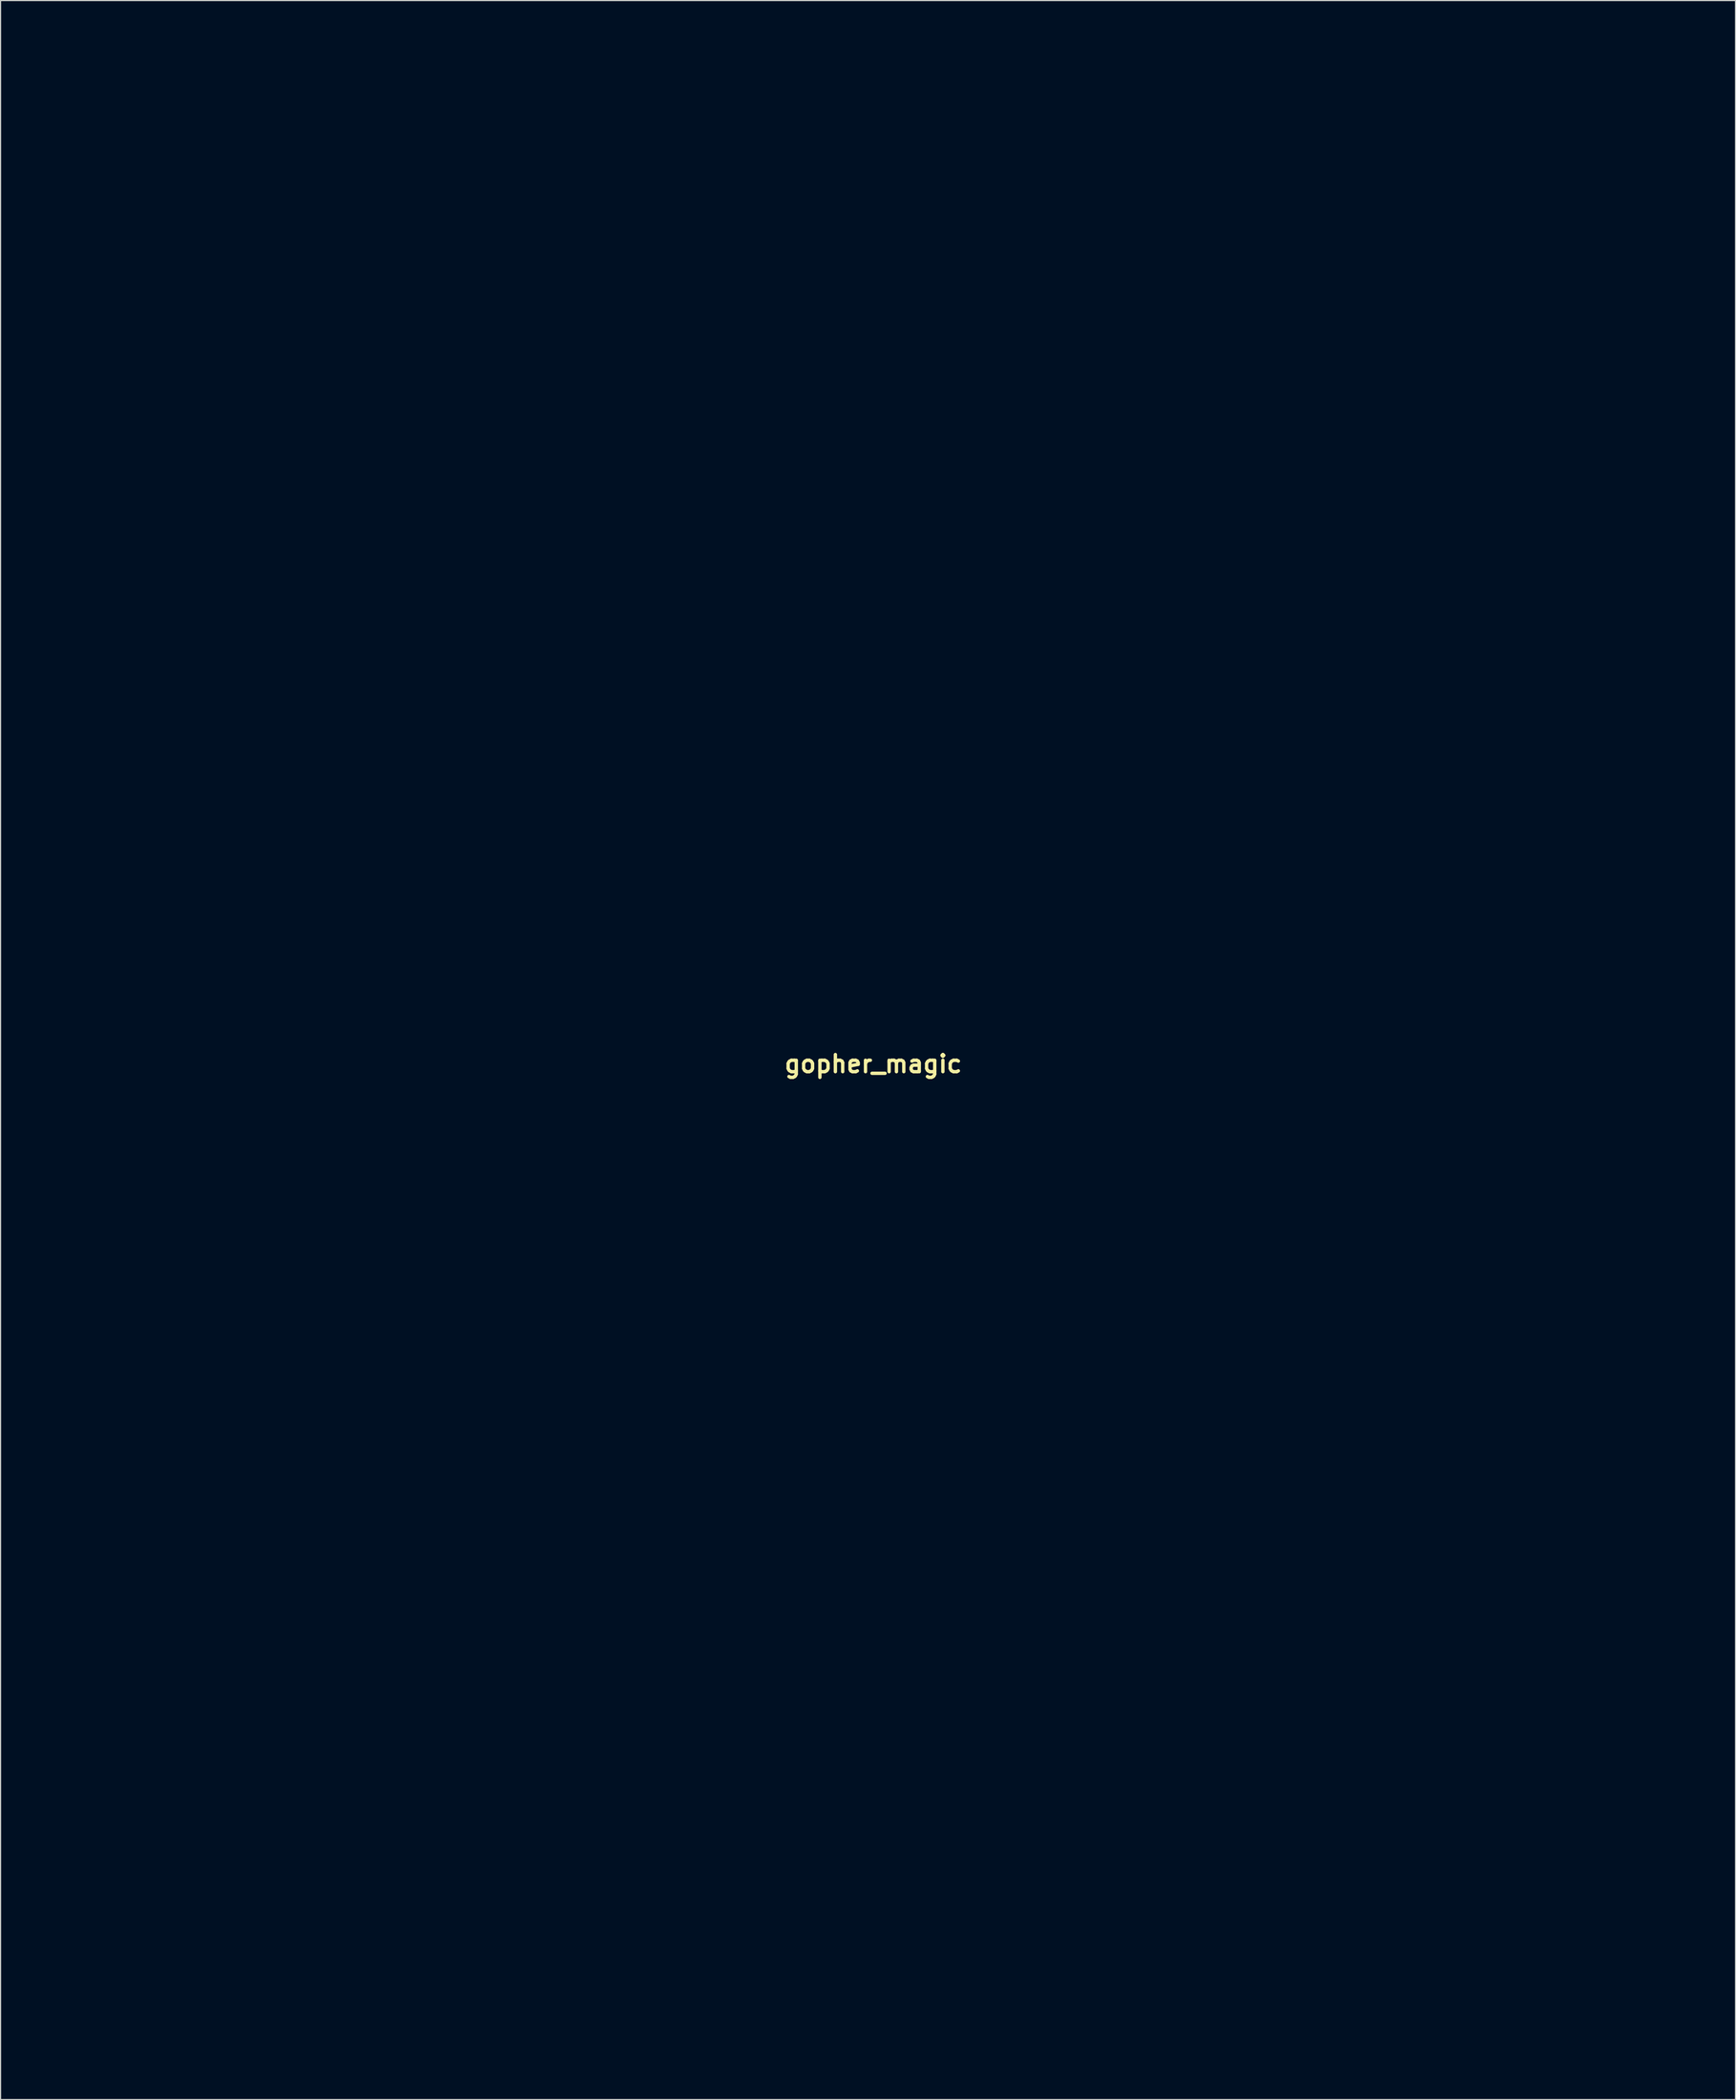
<source format=kicad_pcb>
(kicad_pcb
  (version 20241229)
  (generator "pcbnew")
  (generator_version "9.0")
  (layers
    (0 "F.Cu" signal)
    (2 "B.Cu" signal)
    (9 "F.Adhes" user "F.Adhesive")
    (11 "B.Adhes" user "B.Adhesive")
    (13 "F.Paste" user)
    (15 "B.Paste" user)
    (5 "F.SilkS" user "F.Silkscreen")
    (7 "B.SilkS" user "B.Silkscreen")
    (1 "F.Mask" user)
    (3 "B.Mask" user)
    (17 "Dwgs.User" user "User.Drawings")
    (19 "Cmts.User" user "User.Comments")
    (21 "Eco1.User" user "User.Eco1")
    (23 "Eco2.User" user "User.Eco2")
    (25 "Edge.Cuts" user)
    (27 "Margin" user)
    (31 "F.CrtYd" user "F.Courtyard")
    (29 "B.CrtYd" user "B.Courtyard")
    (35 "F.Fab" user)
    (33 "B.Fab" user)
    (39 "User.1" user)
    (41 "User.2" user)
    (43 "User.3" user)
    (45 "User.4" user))
  (footprint "gopher_magic"
    (layer "F.Cu")
    (at 74.76 91.702)
    (property "Reference" "gopher_magic" (at 0 0 0) (layer "F.SilkS") (effects (font (size 1.524 1.524) (thickness 0.3))))
    (attr through_hole)
    (fp_poly (pts (xy -0.169 22.604) (xy 0.303 22.641) (xy 0.651 22.719) (xy 0.859 22.835) (xy 0.914 22.98) (xy 0.832 23.131) (xy 0.687 23.191) (xy 0.564 23.142) (xy 0.455 23.107) (xy 0.223 23.07) (xy -0.086 23.038) (xy -0.151 23.033) (xy -0.483 23.006) (xy -0.681 22.972) (xy -0.783 22.92) (xy -0.824 22.837) (xy -0.831 22.797) (xy -0.84 22.693) (xy -0.807 22.632) (xy -0.701 22.603) (xy -0.487 22.597) (xy -0.169 22.604)) (stroke (width 0.01) (type solid)) (fill yes) (layer "F.Paste"))
    (fp_poly (pts (xy 3.397 -77.637) (xy 3.931 -77.473) (xy 4.361 -77.216) (xy 4.676 -76.885) (xy 4.865 -76.502) (xy 4.916 -76.088) (xy 4.821 -75.661) (xy 4.613 -75.301) (xy 4.264 -74.945) (xy 3.886 -74.755) (xy 3.472 -74.729) (xy 3.175 -74.801) (xy 2.854 -74.977) (xy 2.518 -75.262) (xy 2.212 -75.607) (xy 1.979 -75.964) (xy 1.878 -76.218) (xy 1.833 -76.676) (xy 1.932 -77.066) (xy 2.159 -77.372) (xy 2.496 -77.579) (xy 2.926 -77.671) (xy 3.397 -77.637)) (stroke (width 0.01) (type solid)) (fill yes) (layer "F.Paste"))
    (fp_poly (pts (xy -23.055 -68.806) (xy -22.919 -68.682) (xy -22.669 -68.333) (xy -22.507 -67.924) (xy -22.434 -67.494) (xy -22.453 -67.084) (xy -22.568 -66.731) (xy -22.768 -66.487) (xy -23.018 -66.393) (xy -23.337 -66.41) (xy -23.67 -66.536) (xy -23.707 -66.556) (xy -23.94 -66.72) (xy -24.212 -66.943) (xy -24.363 -67.082) (xy -24.572 -67.3) (xy -24.68 -67.476) (xy -24.719 -67.672) (xy -24.723 -67.804) (xy -24.702 -68.06) (xy -24.618 -68.25) (xy -24.432 -68.453) (xy -24.418 -68.466) (xy -24.021 -68.786) (xy -23.669 -68.948) (xy -23.351 -68.954) (xy -23.055 -68.806)) (stroke (width 0.01) (type solid)) (fill yes) (layer "F.Paste"))
    (fp_poly (pts (xy -28.415 -84.885) (xy -27.972 -84.758) (xy -27.603 -84.534) (xy -27.334 -84.233) (xy -27.193 -83.872) (xy -27.178 -83.705) (xy -27.258 -83.308) (xy -27.485 -82.89) (xy -27.843 -82.469) (xy -28.315 -82.063) (xy -28.883 -81.691) (xy -29.252 -81.496) (xy -29.706 -81.295) (xy -30.061 -81.186) (xy -30.354 -81.16) (xy -30.591 -81.2) (xy -30.886 -81.328) (xy -31.087 -81.538) (xy -31.205 -81.77) (xy -31.297 -82.053) (xy -31.313 -82.32) (xy -31.247 -82.619) (xy -31.093 -82.997) (xy -31.035 -83.12) (xy -30.645 -83.794) (xy -30.195 -84.309) (xy -29.685 -84.667) (xy -29.116 -84.865) (xy -28.904 -84.897) (xy -28.415 -84.885)) (stroke (width 0.01) (type solid)) (fill yes) (layer "F.Paste"))
    (fp_poly (pts (xy -31.287 -59.878) (xy -30.774 -59.768) (xy -30.607 -59.703) (xy -30.182 -59.454) (xy -29.779 -59.115) (xy -29.45 -58.736) (xy -29.287 -58.462) (xy -29.139 -57.961) (xy -29.144 -57.453) (xy -29.285 -56.956) (xy -29.547 -56.492) (xy -29.916 -56.079) (xy -30.375 -55.736) (xy -30.91 -55.484) (xy -31.504 -55.342) (xy -31.742 -55.321) (xy -32.079 -55.318) (xy -32.386 -55.335) (xy -32.564 -55.363) (xy -33.187 -55.607) (xy -33.81 -56.019) (xy -34.227 -56.387) (xy -34.494 -56.653) (xy -34.662 -56.841) (xy -34.753 -56.992) (xy -34.79 -57.144) (xy -34.798 -57.337) (xy -34.798 -57.349) (xy -34.719 -57.844) (xy -34.499 -58.345) (xy -34.162 -58.821) (xy -33.731 -59.241) (xy -33.23 -59.575) (xy -32.956 -59.702) (xy -32.439 -59.845) (xy -31.862 -59.904) (xy -31.287 -59.878)) (stroke (width 0.01) (type solid)) (fill yes) (layer "F.Paste"))
    (fp_poly (pts (xy -13.061 -89.018) (xy -12.516 -88.926) (xy -12.183 -88.827) (xy -11.457 -88.462) (xy -10.85 -87.978) (xy -10.364 -87.375) (xy -10.001 -86.657) (xy -9.76 -85.825) (xy -9.71 -85.533) (xy -9.668 -84.742) (xy -9.782 -84.006) (xy -10.04 -83.337) (xy -10.434 -82.751) (xy -10.955 -82.26) (xy -11.594 -81.88) (xy -12.234 -81.65) (xy -12.676 -81.566) (xy -13.22 -81.512) (xy -13.798 -81.491) (xy -14.346 -81.506) (xy -14.647 -81.536) (xy -15.525 -81.713) (xy -16.376 -81.99) (xy -17.163 -82.35) (xy -17.852 -82.779) (xy -18.334 -83.185) (xy -18.71 -83.59) (xy -18.961 -83.95) (xy -19.108 -84.31) (xy -19.171 -84.71) (xy -19.177 -84.928) (xy -19.168 -85.211) (xy -19.131 -85.45) (xy -19.05 -85.698) (xy -18.91 -86.008) (xy -18.796 -86.236) (xy -18.306 -87.032) (xy -17.709 -87.7) (xy -17 -88.242) (xy -16.175 -88.661) (xy -15.453 -88.905) (xy -14.927 -89.008) (xy -14.319 -89.06) (xy -13.679 -89.063) (xy -13.061 -89.018)) (stroke (width 0.01) (type solid)) (fill yes) (layer "F.Paste"))
    (fp_poly (pts (xy -9.917 -69.026) (xy -8.355 -68.868) (xy -6.672 -68.606) (xy -5.2 -68.313) (xy -4.655 -68.191) (xy -4.258 -68.092) (xy -3.991 -68.008) (xy -3.837 -67.93) (xy -3.778 -67.852) (xy -3.794 -67.764) (xy -3.828 -67.712) (xy -3.892 -67.642) (xy -3.978 -67.611) (xy -4.125 -67.62) (xy -4.371 -67.67) (xy -4.614 -67.727) (xy -6.194 -68.071) (xy -7.718 -68.334) (xy -9.174 -68.514) (xy -10.547 -68.613) (xy -11.823 -68.627) (xy -12.987 -68.557) (xy -14.025 -68.402) (xy -14.381 -68.321) (xy -15.232 -68.042) (xy -15.999 -67.662) (xy -16.664 -67.195) (xy -17.205 -66.655) (xy -17.603 -66.055) (xy -17.611 -66.039) (xy -17.784 -65.734) (xy -17.926 -65.572) (xy -18.035 -65.532) (xy -18.175 -65.592) (xy -18.203 -65.705) (xy -18.138 -65.995) (xy -17.959 -66.353) (xy -17.688 -66.746) (xy -17.35 -67.144) (xy -16.968 -67.515) (xy -16.635 -67.78) (xy -15.84 -68.248) (xy -14.913 -68.612) (xy -13.855 -68.872) (xy -12.669 -69.028) (xy -11.356 -69.079) (xy -9.917 -69.026)) (stroke (width 0.01) (type solid)) (fill yes) (layer "F.Paste"))
    (fp_poly (pts (xy 15.404 -38.868) (xy 16.695 -38.659) (xy 17.931 -38.322) (xy 19.091 -37.859) (xy 20.113 -37.298) (xy 20.839 -36.788) (xy 21.529 -36.211) (xy 22.128 -35.614) (xy 22.28 -35.44) (xy 22.567 -35.077) (xy 22.727 -34.815) (xy 22.765 -34.645) (xy 22.682 -34.559) (xy 22.564 -34.544) (xy 22.405 -34.572) (xy 22.352 -34.624) (xy 22.292 -34.737) (xy 22.129 -34.937) (xy 21.887 -35.199) (xy 21.591 -35.499) (xy 21.267 -35.812) (xy 20.937 -36.115) (xy 20.629 -36.383) (xy 20.365 -36.592) (xy 20.3 -36.638) (xy 19.228 -37.29) (xy 18.107 -37.796) (xy 16.92 -38.163) (xy 15.649 -38.396) (xy 14.436 -38.495) (xy 12.99 -38.48) (xy 11.606 -38.313) (xy 10.264 -37.993) (xy 9.204 -37.623) (xy 8.775 -37.463) (xy 8.474 -37.38) (xy 8.282 -37.372) (xy 8.177 -37.437) (xy 8.146 -37.519) (xy 8.181 -37.609) (xy 8.329 -37.718) (xy 8.61 -37.858) (xy 8.85 -37.962) (xy 10.106 -38.408) (xy 11.41 -38.72) (xy 12.741 -38.9) (xy 14.08 -38.949) (xy 15.404 -38.868)) (stroke (width 0.01) (type solid)) (fill yes) (layer "F.Paste"))
    (fp_poly (pts (xy -7.276 17.652) (xy -7.03 17.785) (xy -6.809 17.915) (xy -5.548 18.564) (xy -4.226 19.057) (xy -2.847 19.393) (xy -1.415 19.571) (xy 0.069 19.593) (xy 1.6 19.457) (xy 3.175 19.164) (xy 4.792 18.714) (xy 6.251 18.186) (xy 6.734 17.999) (xy 7.085 17.884) (xy 7.323 17.836) (xy 7.471 17.853) (xy 7.546 17.931) (xy 7.563 17.992) (xy 7.497 18.084) (xy 7.29 18.213) (xy 6.964 18.371) (xy 6.539 18.55) (xy 6.039 18.742) (xy 5.486 18.938) (xy 4.9 19.132) (xy 4.305 19.316) (xy 3.721 19.48) (xy 3.171 19.618) (xy 2.921 19.673) (xy 1.426 19.925) (xy -0.027 20.044) (xy -1.415 20.032) (xy -2.109 19.971) (xy -2.681 19.884) (xy -3.338 19.749) (xy -4.012 19.583) (xy -4.636 19.403) (xy -5.031 19.267) (xy -5.376 19.126) (xy -5.78 18.941) (xy -6.212 18.731) (xy -6.637 18.513) (xy -7.022 18.303) (xy -7.335 18.12) (xy -7.541 17.98) (xy -7.59 17.935) (xy -7.686 17.803) (xy -7.659 17.703) (xy -7.607 17.646) (xy -7.532 17.594) (xy -7.432 17.592) (xy -7.276 17.652)) (stroke (width 0.01) (type solid)) (fill yes) (layer "F.Paste"))
    (fp_poly (pts (xy -15.711 -25.754) (xy -14.981 -25.464) (xy -14.571 -25.223) (xy -13.955 -24.719) (xy -13.472 -24.116) (xy -13.117 -23.406) (xy -12.895 -22.633) (xy -12.818 -21.911) (xy -12.891 -21.203) (xy -13.118 -20.479) (xy -13.259 -20.166) (xy -13.68 -19.487) (xy -14.216 -18.919) (xy -14.844 -18.472) (xy -15.545 -18.156) (xy -16.295 -17.979) (xy -17.075 -17.953) (xy -17.843 -18.08) (xy -18.601 -18.369) (xy -19.274 -18.799) (xy -19.849 -19.354) (xy -20.31 -20.021) (xy -20.59 -20.638) (xy -20.731 -21.216) (xy -20.781 -21.872) (xy -20.74 -22.54) (xy -20.608 -23.155) (xy -20.586 -23.22) (xy -20.254 -23.948) (xy -20.2 -24.024) (xy -18.049 -24.024) (xy -17.969 -23.632) (xy -17.761 -23.313) (xy -17.461 -23.084) (xy -17.102 -22.964) (xy -16.718 -22.972) (xy -16.366 -23.111) (xy -16.063 -23.381) (xy -15.891 -23.716) (xy -15.844 -24.083) (xy -15.918 -24.447) (xy -16.105 -24.773) (xy -16.401 -25.027) (xy -16.697 -25.151) (xy -16.942 -25.193) (xy -17.167 -25.16) (xy -17.394 -25.072) (xy -17.751 -24.833) (xy -17.97 -24.496) (xy -18.049 -24.067) (xy -18.049 -24.024) (xy -20.2 -24.024) (xy -19.804 -24.571) (xy -19.255 -25.084) (xy -18.626 -25.479) (xy -17.938 -25.75) (xy -17.21 -25.891) (xy -16.461 -25.894) (xy -15.711 -25.754)) (stroke (width 0.01) (type solid)) (fill yes) (layer "F.Paste"))
    (fp_poly (pts (xy 14.894 -26.792) (xy 15.636 -26.597) (xy 16.318 -26.261) (xy 16.332 -26.252) (xy 16.965 -25.75) (xy 17.473 -25.147) (xy 17.849 -24.465) (xy 18.086 -23.726) (xy 18.176 -22.95) (xy 18.111 -22.16) (xy 17.957 -21.569) (xy 17.623 -20.847) (xy 17.163 -20.221) (xy 16.596 -19.703) (xy 15.941 -19.303) (xy 15.219 -19.034) (xy 14.45 -18.905) (xy 13.652 -18.929) (xy 13.387 -18.972) (xy 12.806 -19.151) (xy 12.208 -19.45) (xy 11.651 -19.837) (xy 11.424 -20.037) (xy 10.908 -20.637) (xy 10.536 -21.305) (xy 10.304 -22.018) (xy 10.212 -22.755) (xy 10.257 -23.495) (xy 10.437 -24.216) (xy 10.752 -24.897) (xy 10.946 -25.166) (xy 12.974 -25.166) (xy 12.984 -24.793) (xy 13.101 -24.443) (xy 13.327 -24.154) (xy 13.57 -24.002) (xy 13.942 -23.892) (xy 14.287 -23.921) (xy 14.539 -24.017) (xy 14.868 -24.262) (xy 15.081 -24.611) (xy 15.155 -25.019) (xy 15.078 -25.435) (xy 14.863 -25.782) (xy 14.539 -26.021) (xy 14.203 -26.14) (xy 13.898 -26.14) (xy 13.588 -26.04) (xy 13.277 -25.828) (xy 13.072 -25.524) (xy 12.974 -25.166) (xy 10.946 -25.166) (xy 11.198 -25.516) (xy 11.774 -26.053) (xy 11.938 -26.171) (xy 12.612 -26.535) (xy 13.351 -26.761) (xy 14.121 -26.847) (xy 14.894 -26.792)) (stroke (width 0.01) (type solid)) (fill yes) (layer "F.Paste"))
    (fp_poly (pts (xy -16.531 -37.284) (xy -15.856 -37.224) (xy -15.285 -37.12) (xy -15.21 -37.101) (xy -14.822 -36.977) (xy -14.39 -36.814) (xy -13.942 -36.625) (xy -13.507 -36.423) (xy -13.113 -36.222) (xy -12.787 -36.036) (xy -12.557 -35.879) (xy -12.451 -35.764) (xy -12.447 -35.745) (xy -12.489 -35.63) (xy -12.523 -35.569) (xy -12.582 -35.534) (xy -12.701 -35.549) (xy -12.902 -35.621) (xy -13.207 -35.759) (xy -13.638 -35.971) (xy -13.644 -35.973) (xy -14.32 -36.295) (xy -14.906 -36.531) (xy -15.45 -36.693) (xy -16.001 -36.794) (xy -16.606 -36.844) (xy -17.23 -36.857) (xy -17.964 -36.837) (xy -18.619 -36.77) (xy -19.238 -36.645) (xy -19.864 -36.45) (xy -20.54 -36.175) (xy -21.294 -35.816) (xy -22.029 -35.426) (xy -22.737 -35.002) (xy -23.436 -34.528) (xy -24.145 -33.991) (xy -24.883 -33.375) (xy -25.667 -32.667) (xy -26.517 -31.85) (xy -27.396 -30.967) (xy -27.826 -30.53) (xy -28.221 -30.135) (xy -28.564 -29.799) (xy -28.839 -29.537) (xy -29.03 -29.363) (xy -29.121 -29.295) (xy -29.123 -29.295) (xy -29.231 -29.362) (xy -29.264 -29.422) (xy -29.279 -29.495) (xy -29.26 -29.584) (xy -29.198 -29.7) (xy -29.079 -29.859) (xy -28.892 -30.075) (xy -28.627 -30.36) (xy -28.27 -30.729) (xy -27.811 -31.195) (xy -27.504 -31.505) (xy -26.365 -32.618) (xy -25.294 -33.591) (xy -24.277 -34.433) (xy -23.3 -35.154) (xy -22.351 -35.763) (xy -21.415 -36.268) (xy -20.479 -36.68) (xy -19.529 -37.006) (xy -19.209 -37.097) (xy -18.647 -37.208) (xy -17.979 -37.277) (xy -17.256 -37.302) (xy -16.531 -37.284)) (stroke (width 0.01) (type solid)) (fill yes) (layer "F.Paste"))
    (fp_poly (pts (xy 37.681 -80.987) (xy 37.689 -80.972) (xy 37.715 -80.846) (xy 37.755 -80.577) (xy 37.807 -80.19) (xy 37.866 -79.712) (xy 37.93 -79.166) (xy 37.972 -78.782) (xy 38.047 -78.115) (xy 38.11 -77.598) (xy 38.165 -77.214) (xy 38.215 -76.943) (xy 38.262 -76.767) (xy 38.311 -76.668) (xy 38.336 -76.642) (xy 38.448 -76.573) (xy 38.688 -76.438) (xy 39.033 -76.25) (xy 39.458 -76.02) (xy 39.943 -75.762) (xy 40.257 -75.595) (xy 40.76 -75.329) (xy 41.214 -75.087) (xy 41.597 -74.88) (xy 41.886 -74.722) (xy 42.061 -74.623) (xy 42.103 -74.596) (xy 42.047 -74.547) (xy 41.855 -74.438) (xy 41.548 -74.28) (xy 41.144 -74.083) (xy 40.662 -73.855) (xy 40.132 -73.611) (xy 39.474 -73.309) (xy 38.958 -73.065) (xy 38.573 -72.873) (xy 38.304 -72.725) (xy 38.138 -72.614) (xy 38.063 -72.534) (xy 38.057 -72.517) (xy 38.032 -72.389) (xy 37.982 -72.119) (xy 37.912 -71.732) (xy 37.826 -71.254) (xy 37.729 -70.708) (xy 37.654 -70.284) (xy 37.29 -68.219) (xy 35.903 -69.733) (xy 35.508 -70.164) (xy 35.144 -70.561) (xy 34.83 -70.903) (xy 34.583 -71.173) (xy 34.42 -71.35) (xy 34.369 -71.406) (xy 34.319 -71.453) (xy 34.256 -71.486) (xy 34.159 -71.504) (xy 34.009 -71.505) (xy 33.785 -71.487) (xy 33.466 -71.45) (xy 33.033 -71.393) (xy 32.465 -71.313) (xy 32.045 -71.253) (xy 31.459 -71.17) (xy 30.93 -71.098) (xy 30.48 -71.04) (xy 30.133 -70.999) (xy 29.91 -70.977) (xy 29.834 -70.976) (xy 29.864 -71.056) (xy 29.968 -71.263) (xy 30.051 -71.422) (xy 30.491 -71.422) (xy 30.582 -71.423) (xy 30.807 -71.445) (xy 31.134 -71.486) (xy 31.531 -71.541) (xy 31.581 -71.548) (xy 32.096 -71.623) (xy 32.655 -71.702) (xy 33.18 -71.776) (xy 33.501 -71.821) (xy 34.364 -71.939) (xy 35.703 -70.474) (xy 36.08 -70.064) (xy 36.419 -69.704) (xy 36.702 -69.41) (xy 36.913 -69.198) (xy 37.037 -69.085) (xy 37.064 -69.072) (xy 37.085 -69.171) (xy 37.131 -69.411) (xy 37.197 -69.768) (xy 37.28 -70.218) (xy 37.374 -70.734) (xy 37.417 -70.972) (xy 37.516 -71.511) (xy 37.607 -71.994) (xy 37.686 -72.397) (xy 37.747 -72.694) (xy 37.786 -72.86) (xy 37.795 -72.884) (xy 37.883 -72.94) (xy 38.103 -73.054) (xy 38.432 -73.215) (xy 38.847 -73.412) (xy 39.327 -73.635) (xy 39.58 -73.75) (xy 40.079 -73.979) (xy 40.522 -74.186) (xy 40.887 -74.36) (xy 41.153 -74.492) (xy 41.296 -74.57) (xy 41.316 -74.586) (xy 41.244 -74.638) (xy 41.042 -74.756) (xy 40.733 -74.929) (xy 40.336 -75.146) (xy 39.873 -75.395) (xy 39.58 -75.55) (xy 38.948 -75.889) (xy 38.465 -76.161) (xy 38.124 -76.368) (xy 37.919 -76.515) (xy 37.846 -76.604) (xy 37.845 -76.609) (xy 37.835 -76.765) (xy 37.808 -77.047) (xy 37.766 -77.425) (xy 37.715 -77.868) (xy 37.658 -78.348) (xy 37.597 -78.835) (xy 37.538 -79.298) (xy 37.484 -79.709) (xy 37.437 -80.038) (xy 37.403 -80.254) (xy 37.386 -80.329) (xy 37.315 -80.285) (xy 37.142 -80.138) (xy 36.883 -79.904) (xy 36.556 -79.598) (xy 36.178 -79.237) (xy 35.937 -79.003) (xy 35.425 -78.51) (xy 35.022 -78.136) (xy 34.722 -77.875) (xy 34.517 -77.723) (xy 34.402 -77.673) (xy 34.39 -77.675) (xy 34.247 -77.71) (xy 33.976 -77.769) (xy 33.606 -77.847) (xy 33.168 -77.938) (xy 32.693 -78.034) (xy 32.212 -78.131) (xy 31.754 -78.221) (xy 31.351 -78.299) (xy 31.032 -78.359) (xy 30.829 -78.394) (xy 30.774 -78.401) (xy 30.769 -78.328) (xy 30.842 -78.112) (xy 30.988 -77.759) (xy 31.206 -77.278) (xy 31.492 -76.675) (xy 31.504 -76.65) (xy 31.759 -76.111) (xy 31.975 -75.635) (xy 32.142 -75.243) (xy 32.253 -74.955) (xy 32.299 -74.791) (xy 32.299 -74.766) (xy 32.244 -74.655) (xy 32.118 -74.421) (xy 31.935 -74.087) (xy 31.708 -73.676) (xy 31.449 -73.212) (xy 31.354 -73.042) (xy 31.093 -72.574) (xy 30.865 -72.158) (xy 30.681 -71.815) (xy 30.554 -71.567) (xy 30.494 -71.437) (xy 30.491 -71.422) (xy 30.051 -71.422) (xy 30.133 -71.578) (xy 30.351 -71.98) (xy 30.61 -72.449) (xy 30.859 -72.895) (xy 31.147 -73.411) (xy 31.406 -73.881) (xy 31.623 -74.285) (xy 31.789 -74.601) (xy 31.891 -74.809) (xy 31.919 -74.885) (xy 31.883 -74.987) (xy 31.783 -75.219) (xy 31.627 -75.56) (xy 31.426 -75.988) (xy 31.19 -76.48) (xy 30.98 -76.914) (xy 30.726 -77.439) (xy 30.501 -77.912) (xy 30.315 -78.314) (xy 30.178 -78.623) (xy 30.098 -78.818) (xy 30.083 -78.879) (xy 30.174 -78.874) (xy 30.408 -78.839) (xy 30.762 -78.776) (xy 31.214 -78.691) (xy 31.741 -78.588) (xy 32.211 -78.492) (xy 32.785 -78.375) (xy 33.304 -78.269) (xy 33.746 -78.181) (xy 34.087 -78.114) (xy 34.304 -78.073) (xy 34.373 -78.063) (xy 34.452 -78.119) (xy 34.636 -78.278) (xy 34.906 -78.525) (xy 35.248 -78.843) (xy 35.643 -79.217) (xy 36.038 -79.597) (xy 36.528 -80.067) (xy 36.91 -80.428) (xy 37.199 -80.692) (xy 37.408 -80.869) (xy 37.549 -80.97) (xy 37.635 -81.006) (xy 37.681 -80.987)) (stroke (width 0.01) (type solid)) (fill yes) (layer "F.Paste"))
    (fp_poly (pts (xy -14.431 -91.687) (xy -13.594 -91.665) (xy -12.834 -91.631) (xy -12.189 -91.586) (xy -12.016 -91.569) (xy -10.104 -91.314) (xy -8.078 -90.94) (xy -5.945 -90.448) (xy -3.709 -89.84) (xy -1.439 -89.136) (xy -0.724 -88.9) (xy -0.067 -88.679) (xy 0.558 -88.464) (xy 1.178 -88.244) (xy 1.821 -88.009) (xy 2.514 -87.75) (xy 3.284 -87.457) (xy 4.159 -87.119) (xy 5.084 -86.759) (xy 5.76 -86.497) (xy 6.558 -86.193) (xy 7.438 -85.86) (xy 8.363 -85.513) (xy 9.293 -85.167) (xy 10.192 -84.835) (xy 10.88 -84.583) (xy 12.569 -83.963) (xy 14.098 -83.391) (xy 15.469 -82.867) (xy 16.683 -82.39) (xy 17.742 -81.96) (xy 18.649 -81.575) (xy 18.838 -81.491) (xy 20.848 -80.55) (xy 22.703 -79.569) (xy 24.415 -78.543) (xy 25.996 -77.464) (xy 27.458 -76.325) (xy 28.212 -75.673) (xy 28.866 -75.087) (xy 28.328 -76.215) (xy 28.153 -76.578) (xy 27.919 -77.064) (xy 27.639 -77.642) (xy 27.328 -78.283) (xy 27 -78.957) (xy 26.67 -79.633) (xy 26.553 -79.874) (xy 26.258 -80.479) (xy 25.988 -81.032) (xy 25.752 -81.518) (xy 25.558 -81.917) (xy 25.416 -82.212) (xy 25.333 -82.385) (xy 25.315 -82.424) (xy 25.396 -82.411) (xy 25.626 -82.368) (xy 25.991 -82.297) (xy 26.475 -82.201) (xy 27.061 -82.084) (xy 27.735 -81.949) (xy 28.48 -81.799) (xy 29.281 -81.637) (xy 29.44 -81.605) (xy 30.254 -81.44) (xy 31.019 -81.287) (xy 31.718 -81.149) (xy 32.336 -81.029) (xy 32.856 -80.93) (xy 33.262 -80.855) (xy 33.537 -80.807) (xy 33.665 -80.79) (xy 33.671 -80.791) (xy 33.751 -80.852) (xy 33.941 -81.021) (xy 34.228 -81.285) (xy 34.6 -81.632) (xy 35.045 -82.053) (xy 35.551 -82.534) (xy 36.106 -83.065) (xy 36.698 -83.634) (xy 36.79 -83.723) (xy 37.384 -84.295) (xy 37.94 -84.828) (xy 38.448 -85.311) (xy 38.895 -85.733) (xy 39.269 -86.083) (xy 39.559 -86.351) (xy 39.753 -86.524) (xy 39.84 -86.592) (xy 39.843 -86.593) (xy 39.86 -86.503) (xy 39.894 -86.262) (xy 39.944 -85.884) (xy 40.006 -85.387) (xy 40.079 -84.786) (xy 40.161 -84.097) (xy 40.251 -83.338) (xy 40.345 -82.523) (xy 40.364 -82.36) (xy 40.845 -78.166) (xy 44.554 -76.198) (xy 45.285 -75.81) (xy 45.97 -75.444) (xy 46.594 -75.109) (xy 47.143 -74.814) (xy 47.602 -74.564) (xy 47.957 -74.369) (xy 48.194 -74.236) (xy 48.298 -74.173) (xy 48.301 -74.17) (xy 48.234 -74.124) (xy 48.027 -74.015) (xy 47.694 -73.85) (xy 47.251 -73.636) (xy 46.71 -73.379) (xy 46.088 -73.087) (xy 45.398 -72.766) (xy 44.654 -72.423) (xy 44.473 -72.34) (xy 40.609 -70.57) (xy 39.873 -66.438) (xy 39.727 -65.624) (xy 39.589 -64.861) (xy 39.462 -64.166) (xy 39.349 -63.555) (xy 39.252 -63.043) (xy 39.176 -62.647) (xy 39.122 -62.383) (xy 39.094 -62.266) (xy 39.092 -62.263) (xy 39.028 -62.314) (xy 38.861 -62.479) (xy 38.601 -62.746) (xy 38.261 -63.103) (xy 37.85 -63.539) (xy 37.38 -64.041) (xy 36.862 -64.599) (xy 36.307 -65.201) (xy 36.183 -65.336) (xy 35.485 -66.093) (xy 34.893 -66.731) (xy 34.399 -67.256) (xy 33.997 -67.675) (xy 33.681 -67.995) (xy 33.443 -68.223) (xy 33.276 -68.365) (xy 33.175 -68.429) (xy 33.148 -68.435) (xy 33.032 -68.419) (xy 32.765 -68.383) (xy 32.365 -68.328) (xy 31.849 -68.256) (xy 31.235 -68.171) (xy 30.539 -68.074) (xy 29.779 -67.968) (xy 29.009 -67.86) (xy 28.208 -67.748) (xy 27.458 -67.645) (xy 26.775 -67.553) (xy 26.177 -67.473) (xy 25.681 -67.409) (xy 25.302 -67.362) (xy 25.057 -67.334) (xy 24.964 -67.328) (xy 24.989 -67.405) (xy 25.09 -67.614) (xy 25.259 -67.941) (xy 25.422 -68.246) (xy 26.247 -68.246) (xy 26.327 -68.248) (xy 26.555 -68.271) (xy 26.911 -68.313) (xy 27.373 -68.37) (xy 27.924 -68.441) (xy 28.541 -68.522) (xy 29.206 -68.612) (xy 29.897 -68.706) (xy 30.596 -68.803) (xy 31.282 -68.899) (xy 31.934 -68.993) (xy 32.534 -69.08) (xy 33.06 -69.16) (xy 33.318 -69.2) (xy 33.384 -69.204) (xy 33.456 -69.189) (xy 33.545 -69.143) (xy 33.661 -69.056) (xy 33.817 -68.917) (xy 34.021 -68.715) (xy 34.287 -68.44) (xy 34.624 -68.08) (xy 35.043 -67.626) (xy 35.556 -67.066) (xy 36.069 -66.503) (xy 36.593 -65.931) (xy 37.082 -65.399) (xy 37.525 -64.92) (xy 37.909 -64.506) (xy 38.224 -64.172) (xy 38.456 -63.928) (xy 38.595 -63.789) (xy 38.629 -63.76) (xy 38.693 -63.81) (xy 38.693 -63.812) (xy 38.707 -63.907) (xy 38.747 -64.146) (xy 38.81 -64.508) (xy 38.892 -64.974) (xy 38.989 -65.522) (xy 39.097 -66.132) (xy 39.212 -66.783) (xy 39.332 -67.454) (xy 39.452 -68.125) (xy 39.569 -68.776) (xy 39.678 -69.385) (xy 39.777 -69.932) (xy 39.862 -70.396) (xy 39.928 -70.756) (xy 39.972 -70.993) (xy 39.991 -71.084) (xy 39.992 -71.085) (xy 40.069 -71.12) (xy 40.285 -71.218) (xy 40.623 -71.372) (xy 41.067 -71.575) (xy 41.603 -71.819) (xy 42.213 -72.097) (xy 42.882 -72.401) (xy 43.307 -72.595) (xy 44.007 -72.914) (xy 44.66 -73.214) (xy 45.248 -73.485) (xy 45.758 -73.722) (xy 46.17 -73.915) (xy 46.471 -74.058) (xy 46.643 -74.144) (xy 46.678 -74.164) (xy 46.62 -74.216) (xy 46.427 -74.338) (xy 46.114 -74.522) (xy 45.695 -74.759) (xy 45.185 -75.041) (xy 44.6 -75.36) (xy 43.954 -75.708) (xy 43.503 -75.948) (xy 42.82 -76.311) (xy 42.184 -76.651) (xy 41.61 -76.959) (xy 41.114 -77.228) (xy 40.712 -77.448) (xy 40.418 -77.612) (xy 40.249 -77.71) (xy 40.213 -77.735) (xy 40.194 -77.831) (xy 40.159 -78.078) (xy 40.109 -78.458) (xy 40.047 -78.953) (xy 39.975 -79.547) (xy 39.895 -80.221) (xy 39.809 -80.959) (xy 39.753 -81.449) (xy 39.665 -82.212) (xy 39.579 -82.921) (xy 39.499 -83.557) (xy 39.427 -84.104) (xy 39.366 -84.544) (xy 39.316 -84.861) (xy 39.281 -85.038) (xy 39.267 -85.07) (xy 39.193 -85.008) (xy 39.01 -84.84) (xy 38.731 -84.58) (xy 38.369 -84.238) (xy 37.938 -83.828) (xy 37.449 -83.361) (xy 36.916 -82.85) (xy 36.603 -82.549) (xy 36.049 -82.018) (xy 35.53 -81.524) (xy 35.057 -81.08) (xy 34.646 -80.699) (xy 34.308 -80.391) (xy 34.058 -80.17) (xy 33.909 -80.048) (xy 33.874 -80.028) (xy 33.765 -80.039) (xy 33.507 -80.081) (xy 33.119 -80.151) (xy 32.619 -80.245) (xy 32.025 -80.36) (xy 31.354 -80.492) (xy 30.624 -80.638) (xy 30.189 -80.726) (xy 29.439 -80.878) (xy 28.742 -81.018) (xy 28.115 -81.143) (xy 27.576 -81.25) (xy 27.141 -81.335) (xy 26.827 -81.394) (xy 26.652 -81.424) (xy 26.62 -81.428) (xy 26.652 -81.35) (xy 26.75 -81.135) (xy 26.908 -80.8) (xy 27.118 -80.359) (xy 27.372 -79.828) (xy 27.663 -79.224) (xy 27.984 -78.56) (xy 28.201 -78.112) (xy 28.538 -77.416) (xy 28.851 -76.766) (xy 29.133 -76.178) (xy 29.374 -75.668) (xy 29.569 -75.252) (xy 29.71 -74.945) (xy 29.789 -74.765) (xy 29.803 -74.724) (xy 29.762 -74.633) (xy 29.647 -74.41) (xy 29.466 -74.071) (xy 29.227 -73.631) (xy 28.938 -73.107) (xy 28.609 -72.514) (xy 28.248 -71.867) (xy 28.025 -71.469) (xy 27.649 -70.799) (xy 27.3 -70.175) (xy 26.987 -69.612) (xy 26.718 -69.126) (xy 26.502 -68.731) (xy 26.347 -68.444) (xy 26.261 -68.28) (xy 26.247 -68.246) (xy 25.422 -68.246) (xy 25.489 -68.372) (xy 25.771 -68.891) (xy 26.098 -69.486) (xy 26.461 -70.141) (xy 26.838 -70.812) (xy 27.232 -71.512) (xy 27.599 -72.167) (xy 27.932 -72.761) (xy 28.221 -73.281) (xy 28.46 -73.711) (xy 28.639 -74.037) (xy 28.75 -74.244) (xy 28.787 -74.317) (xy 28.708 -74.341) (xy 28.49 -74.347) (xy 28.165 -74.337) (xy 27.762 -74.314) (xy 27.311 -74.28) (xy 26.842 -74.237) (xy 26.385 -74.188) (xy 25.97 -74.134) (xy 25.663 -74.084) (xy 25.294 -74.01) (xy 24.8 -73.902) (xy 24.221 -73.769) (xy 23.595 -73.619) (xy 22.962 -73.462) (xy 22.702 -73.396) (xy 21.515 -73.1) (xy 20.443 -72.848) (xy 19.439 -72.633) (xy 18.458 -72.443) (xy 17.455 -72.271) (xy 16.933 -72.188) (xy 15.558 -71.993) (xy 14.067 -71.815) (xy 12.494 -71.655) (xy 10.874 -71.516) (xy 9.241 -71.4) (xy 7.63 -71.31) (xy 6.076 -71.248) (xy 4.612 -71.217) (xy 3.274 -71.218) (xy 3.069 -71.222) (xy 2.512 -71.232) (xy 2.016 -71.239) (xy 1.605 -71.243) (xy 1.302 -71.243) (xy 1.131 -71.24) (xy 1.101 -71.236) (xy 1.161 -71.175) (xy 1.33 -71.02) (xy 1.589 -70.787) (xy 1.918 -70.494) (xy 2.299 -70.157) (xy 2.392 -70.075) (xy 2.992 -69.533) (xy 3.676 -68.888) (xy 4.418 -68.168) (xy 5.191 -67.398) (xy 5.969 -66.606) (xy 6.727 -65.816) (xy 7.436 -65.056) (xy 7.659 -64.812) (xy 8.518 -63.836) (xy 9.342 -62.831) (xy 10.174 -61.743) (xy 10.482 -61.324) (xy 10.743 -60.973) (xy 10.992 -60.653) (xy 11.198 -60.4) (xy 11.331 -60.254) (xy 11.561 -60.034) (xy 13.21 -60.156) (xy 17.641 -60.408) (xy 22.004 -60.506) (xy 26.302 -60.448) (xy 30.534 -60.235) (xy 34.702 -59.867) (xy 38.807 -59.343) (xy 42.849 -58.663) (xy 44.958 -58.242) (xy 47.848 -57.583) (xy 50.595 -56.854) (xy 53.197 -56.058) (xy 55.651 -55.194) (xy 57.957 -54.262) (xy 60.114 -53.265) (xy 62.118 -52.202) (xy 63.969 -51.074) (xy 65.665 -49.882) (xy 66.167 -49.493) (xy 66.726 -49.027) (xy 67.34 -48.477) (xy 67.972 -47.878) (xy 68.586 -47.267) (xy 69.147 -46.677) (xy 69.617 -46.145) (xy 69.723 -46.016) (xy 70.786 -44.582) (xy 71.689 -43.095) (xy 72.433 -41.553) (xy 73.017 -39.954) (xy 73.443 -38.294) (xy 73.712 -36.573) (xy 73.825 -34.786) (xy 73.829 -34.375) (xy 73.769 -32.724) (xy 73.584 -31.127) (xy 73.269 -29.561) (xy 72.817 -27.997) (xy 72.222 -26.412) (xy 71.579 -24.988) (xy 70.688 -23.293) (xy 69.668 -21.63) (xy 68.514 -19.993) (xy 67.22 -18.372) (xy 65.78 -16.762) (xy 64.186 -15.155) (xy 62.435 -13.543) (xy 61.256 -12.53) (xy 59.039 -10.767) (xy 56.77 -9.151) (xy 54.455 -7.685) (xy 52.098 -6.372) (xy 49.706 -5.215) (xy 47.285 -4.216) (xy 44.839 -3.38) (xy 42.376 -2.707) (xy 40.574 -2.322) (xy 40.099 -2.234) (xy 39.762 -2.178) (xy 39.533 -2.151) (xy 39.386 -2.151) (xy 39.29 -2.178) (xy 39.218 -2.228) (xy 39.213 -2.233) (xy 38.985 -2.352) (xy 38.742 -2.351) (xy 38.645 -2.306) (xy 38.635 -2.216) (xy 38.627 -1.969) (xy 38.62 -1.575) (xy 38.615 -1.048) (xy 38.61 -0.398) (xy 38.607 0.362) (xy 38.605 1.221) (xy 38.604 2.168) (xy 38.604 3.19) (xy 38.605 4.275) (xy 38.607 5.412) (xy 38.61 6.59) (xy 38.614 7.796) (xy 38.619 9.019) (xy 38.624 10.247) (xy 38.63 11.468) (xy 38.637 12.67) (xy 38.644 13.843) (xy 38.652 14.973) (xy 38.661 16.05) (xy 38.67 17.061) (xy 38.679 17.995) (xy 38.688 18.84) (xy 38.698 19.584) (xy 38.709 20.216) (xy 38.719 20.724) (xy 38.73 21.096) (xy 38.74 21.32) (xy 38.743 21.346) (xy 38.796 21.907) (xy 39.104 21.835) (xy 39.324 21.804) (xy 39.657 21.779) (xy 40.049 21.765) (xy 40.259 21.763) (xy 41.379 21.847) (xy 42.501 22.098) (xy 43.311 22.384) (xy 43.624 22.509) (xy 43.867 22.602) (xy 44.007 22.649) (xy 44.027 22.652) (xy 44.044 22.53) (xy 44.093 22.257) (xy 44.171 21.848) (xy 44.275 21.319) (xy 44.402 20.683) (xy 44.549 19.957) (xy 44.712 19.155) (xy 44.89 18.291) (xy 45.079 17.382) (xy 45.275 16.442) (xy 45.418 15.761) (xy 45.725 14.29) (xy 45.994 12.977) (xy 46.224 11.816) (xy 46.419 10.8) (xy 46.578 9.923) (xy 46.703 9.178) (xy 46.795 8.56) (xy 46.855 8.062) (xy 46.861 8.001) (xy 46.912 7.603) (xy 46.984 7.184) (xy 47.043 6.912) (xy 47.105 6.646) (xy 47.139 6.455) (xy 47.14 6.387) (xy 47.051 6.388) (xy 46.826 6.412) (xy 46.497 6.453) (xy 46.098 6.509) (xy 46.014 6.522) (xy 45.586 6.583) (xy 45.206 6.635) (xy 44.913 6.671) (xy 44.743 6.686) (xy 44.732 6.687) (xy 44.677 6.674) (xy 44.66 6.621) (xy 44.69 6.511) (xy 44.773 6.324) (xy 44.815 6.243) (xy 45.246 6.243) (xy 45.346 6.25) (xy 45.572 6.229) (xy 45.886 6.187) (xy 46.248 6.129) (xy 46.619 6.064) (xy 46.96 5.997) (xy 47.232 5.935) (xy 47.395 5.885) (xy 47.42 5.871) (xy 47.562 5.776) (xy 47.708 5.751) (xy 47.875 5.806) (xy 48.083 5.955) (xy 48.353 6.207) (xy 48.701 6.576) (xy 48.853 6.742) (xy 49.164 7.089) (xy 49.439 7.397) (xy 49.656 7.642) (xy 49.792 7.799) (xy 49.824 7.84) (xy 49.921 7.908) (xy 49.962 7.893) (xy 49.995 7.792) (xy 50.049 7.555) (xy 50.118 7.21) (xy 50.197 6.788) (xy 50.244 6.519) (xy 50.325 6.068) (xy 50.402 5.677) (xy 50.466 5.376) (xy 50.513 5.195) (xy 50.53 5.157) (xy 50.624 5.107) (xy 50.844 5.001) (xy 51.163 4.852) (xy 51.554 4.673) (xy 51.794 4.564) (xy 52.206 4.376) (xy 52.558 4.209) (xy 52.823 4.077) (xy 52.975 3.992) (xy 53 3.971) (xy 52.93 3.916) (xy 52.734 3.797) (xy 52.438 3.628) (xy 52.067 3.424) (xy 51.785 3.273) (xy 50.568 2.626) (xy 50.476 1.885) (xy 50.425 1.459) (xy 50.375 1.015) (xy 50.336 0.639) (xy 50.331 0.593) (xy 50.292 0.214) (xy 50.246 -0.008) (xy 50.166 -0.082) (xy 50.029 -0.018) (xy 49.808 0.177) (xy 49.633 0.345) (xy 49.307 0.656) (xy 48.958 0.987) (xy 48.651 1.276) (xy 48.599 1.325) (xy 48.133 1.76) (xy 46.779 1.479) (xy 46.325 1.386) (xy 45.932 1.309) (xy 45.63 1.253) (xy 45.446 1.223) (xy 45.403 1.221) (xy 45.43 1.3) (xy 45.519 1.506) (xy 45.66 1.813) (xy 45.839 2.193) (xy 45.973 2.472) (xy 46.174 2.892) (xy 46.345 3.26) (xy 46.475 3.549) (xy 46.551 3.73) (xy 46.565 3.777) (xy 46.525 3.873) (xy 46.415 4.089) (xy 46.249 4.399) (xy 46.041 4.776) (xy 45.894 5.037) (xy 45.67 5.438) (xy 45.48 5.783) (xy 45.339 6.048) (xy 45.259 6.208) (xy 45.246 6.243) (xy 44.815 6.243) (xy 44.92 6.043) (xy 45.136 5.648) (xy 45.372 5.228) (xy 46.195 3.768) (xy 45.459 2.244) (xy 45.236 1.78) (xy 45.042 1.371) (xy 44.886 1.042) (xy 44.78 0.814) (xy 44.736 0.711) (xy 44.735 0.707) (xy 44.817 0.72) (xy 45.04 0.762) (xy 45.376 0.829) (xy 45.801 0.916) (xy 46.288 1.017) (xy 46.313 1.022) (xy 46.809 1.125) (xy 47.249 1.215) (xy 47.607 1.287) (xy 47.854 1.334) (xy 47.964 1.352) (xy 47.964 1.352) (xy 48.049 1.297) (xy 48.235 1.142) (xy 48.503 0.904) (xy 48.833 0.602) (xy 49.204 0.253) (xy 49.259 0.201) (xy 49.63 -0.15) (xy 49.958 -0.455) (xy 50.223 -0.696) (xy 50.407 -0.857) (xy 50.492 -0.921) (xy 50.494 -0.921) (xy 50.512 -0.831) (xy 50.544 -0.599) (xy 50.589 -0.252) (xy 50.642 0.184) (xy 50.7 0.682) (xy 50.703 0.708) (xy 50.763 1.212) (xy 50.819 1.658) (xy 50.868 2.019) (xy 50.907 2.267) (xy 50.93 2.376) (xy 50.931 2.377) (xy 51.017 2.437) (xy 51.229 2.561) (xy 51.542 2.736) (xy 51.933 2.947) (xy 52.367 3.177) (xy 52.81 3.41) (xy 53.198 3.62) (xy 53.509 3.792) (xy 53.717 3.912) (xy 53.799 3.968) (xy 53.738 4.021) (xy 53.545 4.131) (xy 53.244 4.285) (xy 52.857 4.472) (xy 52.407 4.68) (xy 52.383 4.691) (xy 51.922 4.902) (xy 51.514 5.091) (xy 51.184 5.247) (xy 50.958 5.359) (xy 50.861 5.413) (xy 50.86 5.413) (xy 50.825 5.513) (xy 50.766 5.752) (xy 50.691 6.105) (xy 50.603 6.543) (xy 50.51 7.04) (xy 50.506 7.065) (xy 50.414 7.562) (xy 50.331 7.999) (xy 50.262 8.349) (xy 50.211 8.588) (xy 50.184 8.687) (xy 50.184 8.688) (xy 50.119 8.64) (xy 49.96 8.485) (xy 49.725 8.242) (xy 49.435 7.932) (xy 49.151 7.623) (xy 48.825 7.269) (xy 48.536 6.967) (xy 48.303 6.736) (xy 48.147 6.596) (xy 48.088 6.563) (xy 48.012 6.695) (xy 47.943 6.982) (xy 47.885 7.412) (xy 47.838 7.97) (xy 47.805 8.643) (xy 47.804 8.678) (xy 47.778 9.211) (xy 47.736 9.765) (xy 47.686 10.28) (xy 47.631 10.696) (xy 47.621 10.753) (xy 47.584 10.962) (xy 47.541 11.18) (xy 47.49 11.423) (xy 47.425 11.706) (xy 47.344 12.046) (xy 47.241 12.46) (xy 47.114 12.963) (xy 46.957 13.572) (xy 46.768 14.303) (xy 46.542 15.173) (xy 46.398 15.721) (xy 46.307 16.081) (xy 46.228 16.425) (xy 46.156 16.776) (xy 46.09 17.156) (xy 46.024 17.591) (xy 45.956 18.102) (xy 45.882 18.713) (xy 45.798 19.449) (xy 45.709 20.254) (xy 45.356 23.501) (xy 45.818 23.964) (xy 46.511 24.775) (xy 47.08 25.686) (xy 47.505 26.666) (xy 47.584 26.91) (xy 47.699 27.435) (xy 47.749 28.007) (xy 47.736 28.575) (xy 47.661 29.09) (xy 47.526 29.501) (xy 47.51 29.531) (xy 47.121 30.118) (xy 46.636 30.566) (xy 46.062 30.871) (xy 45.403 31.031) (xy 45.313 31.04) (xy 44.711 31.096) (xy 44.669 31.444) (xy 44.645 31.683) (xy 44.615 32.032) (xy 44.585 32.434) (xy 44.57 32.639) (xy 44.525 33.31) (xy 44.488 33.833) (xy 44.455 34.228) (xy 44.425 34.517) (xy 44.393 34.721) (xy 44.356 34.859) (xy 44.313 34.954) (xy 44.259 35.025) (xy 44.214 35.071) (xy 43.976 35.205) (xy 43.652 35.258) (xy 43.307 35.229) (xy 43.004 35.117) (xy 42.941 35.076) (xy 42.712 34.889) (xy 42.554 34.704) (xy 42.455 34.484) (xy 42.403 34.194) (xy 42.383 33.796) (xy 42.382 33.458) (xy 42.401 32.846) (xy 42.446 32.188) (xy 42.512 31.547) (xy 42.592 30.984) (xy 42.634 30.762) (xy 42.631 30.669) (xy 42.567 30.574) (xy 42.416 30.459) (xy 42.155 30.303) (xy 41.887 30.156) (xy 41.483 29.927) (xy 41.065 29.673) (xy 40.702 29.435) (xy 40.573 29.343) (xy 40.309 29.154) (xy 40.155 29.059) (xy 40.087 29.05) (xy 40.082 29.116) (xy 40.087 29.145) (xy 40.113 29.266) (xy 40.17 29.535) (xy 40.253 29.934) (xy 40.359 30.447) (xy 40.484 31.054) (xy 40.625 31.738) (xy 40.779 32.482) (xy 40.898 33.062) (xy 41.375 35.354) (xy 41.831 37.491) (xy 42.27 39.487) (xy 42.695 41.356) (xy 43.109 43.11) (xy 43.515 44.763) (xy 43.917 46.328) (xy 44.318 47.818) (xy 44.721 49.248) (xy 45.13 50.629) (xy 45.499 51.824) (xy 46.284 54.186) (xy 47.137 56.517) (xy 48.047 58.791) (xy 49.004 60.98) (xy 49.994 63.057) (xy 51.008 64.994) (xy 51.08 65.125) (xy 51.318 65.562) (xy 51.523 65.955) (xy 51.684 66.278) (xy 51.785 66.503) (xy 51.816 66.6) (xy 51.842 66.736) (xy 51.914 66.992) (xy 52.019 67.33) (xy 52.122 67.64) (xy 52.254 68.036) (xy 52.34 68.335) (xy 52.387 68.594) (xy 52.405 68.872) (xy 52.4 69.224) (xy 52.389 69.511) (xy 52.325 70.258) (xy 52.192 70.871) (xy 51.979 71.375) (xy 51.672 71.796) (xy 51.262 72.158) (xy 51.11 72.263) (xy 50.94 72.363) (xy 50.726 72.464) (xy 50.46 72.568) (xy 50.131 72.677) (xy 49.729 72.795) (xy 49.244 72.923) (xy 48.665 73.064) (xy 47.983 73.22) (xy 47.187 73.394) (xy 46.267 73.588) (xy 45.214 73.805) (xy 44.016 74.048) (xy 42.665 74.317) (xy 42.333 74.383) (xy 40.772 74.699) (xy 39.363 75.001) (xy 38.089 75.291) (xy 36.933 75.575) (xy 35.88 75.856) (xy 34.912 76.139) (xy 34.013 76.429) (xy 33.166 76.729) (xy 32.798 76.869) (xy 32.464 77.002) (xy 32.245 77.112) (xy 32.096 77.232) (xy 31.974 77.4) (xy 31.837 77.647) (xy 31.705 77.905) (xy 31.618 78.096) (xy 31.593 78.179) (xy 31.594 78.18) (xy 32.495 78.856) (xy 33.256 79.533) (xy 33.903 80.242) (xy 34.463 81.012) (xy 34.961 81.876) (xy 35.176 82.311) (xy 35.521 83.12) (xy 35.754 83.865) (xy 35.887 84.597) (xy 35.933 85.367) (xy 35.933 85.471) (xy 35.923 85.941) (xy 35.895 86.293) (xy 35.841 86.576) (xy 35.756 86.843) (xy 35.741 86.88) (xy 35.414 87.529) (xy 34.983 88.051) (xy 34.433 88.459) (xy 33.796 88.753) (xy 33.26 88.883) (xy 32.628 88.932) (xy 31.954 88.902) (xy 31.291 88.794) (xy 30.944 88.699) (xy 30.431 88.512) (xy 29.944 88.282) (xy 29.463 87.995) (xy 28.971 87.636) (xy 28.446 87.191) (xy 27.87 86.643) (xy 27.223 85.98) (xy 26.908 85.644) (xy 26.095 84.789) (xy 25.372 84.069) (xy 24.733 83.479) (xy 24.172 83.013) (xy 23.946 82.844) (xy 23.716 82.687) (xy 23.576 82.625) (xy 23.488 82.644) (xy 23.445 82.686) (xy 23.274 82.832) (xy 22.975 83.024) (xy 22.578 83.248) (xy 22.112 83.487) (xy 21.607 83.725) (xy 21.156 83.919) (xy 20.385 84.217) (xy 19.572 84.491) (xy 18.697 84.744) (xy 17.739 84.982) (xy 16.678 85.209) (xy 15.495 85.432) (xy 14.169 85.654) (xy 13.716 85.725) (xy 13.04 85.83) (xy 12.252 85.953) (xy 11.408 86.087) (xy 10.562 86.222) (xy 9.77 86.349) (xy 9.44 86.402) (xy 7.417 86.722) (xy 5.537 87) (xy 3.782 87.241) (xy 2.131 87.444) (xy 0.566 87.613) (xy -0.935 87.748) (xy -2.39 87.853) (xy -3.819 87.928) (xy -5.242 87.976) (xy -6.68 87.998) (xy -7.324 88) (xy -8.374 87.996) (xy -9.291 87.982) (xy -10.111 87.955) (xy -10.872 87.914) (xy -11.609 87.857) (xy -12.358 87.78) (xy -13.157 87.683) (xy -13.631 87.62) (xy -15.439 87.316) (xy -17.199 86.911) (xy -18.89 86.412) (xy -20.49 85.824) (xy -21.977 85.157) (xy -23.331 84.416) (xy -23.348 84.405) (xy -23.888 84.077) (xy -24.505 84.37) (xy -25.042 84.652) (xy -25.68 85.038) (xy -26.426 85.53) (xy -27.284 86.133) (xy -27.771 86.487) (xy -28.623 87.103) (xy -29.366 87.616) (xy -30.021 88.038) (xy -30.603 88.378) (xy -31.133 88.648) (xy -31.628 88.857) (xy -32.107 89.017) (xy -32.303 89.07) (xy -32.912 89.194) (xy -33.443 89.224) (xy -33.957 89.162) (xy -34.196 89.105) (xy -34.752 88.911) (xy -35.268 88.63) (xy -35.784 88.237) (xy -36.174 87.875) (xy -36.709 87.263) (xy -37.082 86.644) (xy -37.29 86.013) (xy -37.307 85.767) (xy -36.618 85.767) (xy -36.607 86.255) (xy -36.565 86.623) (xy -36.476 86.919) (xy -36.325 87.192) (xy -36.099 87.49) (xy -36.088 87.503) (xy -35.919 87.698) (xy -35.805 87.788) (xy -35.736 87.76) (xy -35.701 87.6) (xy -35.688 87.293) (xy -35.687 87.003) (xy -35.684 86.602) (xy -35.666 86.314) (xy -35.621 86.083) (xy -35.537 85.852) (xy -35.404 85.566) (xy -35.365 85.487) (xy -35.127 85.07) (xy -34.832 84.643) (xy -34.571 84.326) (xy -34.303 84.063) (xy -33.987 83.792) (xy -33.647 83.53) (xy -33.307 83.291) (xy -32.991 83.093) (xy -32.723 82.951) (xy -32.53 82.88) (xy -32.433 82.898) (xy -32.427 82.924) (xy -32.401 83.024) (xy -32.38 83.082) (xy -32.419 83.19) (xy -32.6 83.353) (xy -32.931 83.576) (xy -32.953 83.59) (xy -33.701 84.128) (xy -34.323 84.725) (xy -34.805 85.366) (xy -35.133 86.034) (xy -35.146 86.069) (xy -35.269 86.624) (xy -35.293 87.283) (xy -35.236 87.884) (xy -35.181 88.135) (xy -35.079 88.288) (xy -34.878 88.412) (xy -34.84 88.431) (xy -34.114 88.701) (xy -33.368 88.804) (xy -32.589 88.743) (xy -32.495 88.725) (xy -32.005 88.586) (xy -31.447 88.35) (xy -30.811 88.012) (xy -30.088 87.566) (xy -29.269 87.007) (xy -28.343 86.33) (xy -28.321 86.313) (xy -27.494 85.697) (xy -26.778 85.182) (xy -26.158 84.758) (xy -25.617 84.414) (xy -25.14 84.141) (xy -24.711 83.928) (xy -24.342 83.775) (xy -24.045 83.659) (xy -23.812 83.559) (xy -23.688 83.493) (xy -23.682 83.488) (xy -23.713 83.404) (xy -23.856 83.213) (xy -24.101 82.926) (xy -24.438 82.553) (xy -24.857 82.106) (xy -25.348 81.596) (xy -25.901 81.032) (xy -26.3 80.632) (xy -26.696 80.244) (xy -27.013 79.953) (xy -27.287 79.733) (xy -27.554 79.554) (xy -27.848 79.391) (xy -27.99 79.319) (xy -28.349 79.147) (xy -28.617 79.039) (xy -28.852 78.98) (xy -29.112 78.957) (xy -29.415 78.954) (xy -29.709 78.957) (xy -29.934 78.976) (xy -30.134 79.023) (xy -30.353 79.112) (xy -30.636 79.258) (xy -30.988 79.454) (xy -32.166 80.147) (xy -33.188 80.82) (xy -34.065 81.483) (xy -34.806 82.145) (xy -35.423 82.816) (xy -35.926 83.506) (xy -36.326 84.224) (xy -36.413 84.413) (xy -36.51 84.66) (xy -36.571 84.9) (xy -36.604 85.183) (xy -36.617 85.562) (xy -36.618 85.767) (xy -37.307 85.767) (xy -37.335 85.365) (xy -37.216 84.695) (xy -36.932 83.999) (xy -36.485 83.272) (xy -35.971 82.621) (xy -35.574 82.207) (xy -35.059 81.738) (xy -34.455 81.237) (xy -33.794 80.728) (xy -33.107 80.236) (xy -32.424 79.783) (xy -31.893 79.461) (xy -31.486 79.226) (xy -32.062 78.694) (xy -32.37 78.422) (xy -32.617 78.243) (xy -32.855 78.125) (xy -33.139 78.035) (xy -33.189 78.022) (xy -33.802 77.845) (xy -34.443 77.613) (xy -35.131 77.319) (xy -35.887 76.952) (xy -36.729 76.504) (xy -37.676 75.965) (xy -38.166 75.676) (xy -38.706 75.361) (xy -39.266 75.042) (xy -39.806 74.743) (xy -40.286 74.486) (xy -40.665 74.293) (xy -40.687 74.282) (xy -41.486 73.93) (xy -42.405 73.585) (xy -43.395 73.261) (xy -44.408 72.974) (xy -45.393 72.741) (xy -45.424 72.734) (xy -46.272 72.552) (xy -46.981 72.385) (xy -47.579 72.225) (xy -48.094 72.065) (xy -48.554 71.895) (xy -48.988 71.708) (xy -49.154 71.63) (xy -49.881 71.229) (xy -50.451 70.805) (xy -50.872 70.35) (xy -51.102 69.973) (xy -51.21 69.735) (xy -51.275 69.529) (xy -51.303 69.299) (xy -51.304 68.992) (xy -51.294 68.727) (xy -51.271 68.339) (xy -51.231 68.049) (xy -51.157 67.792) (xy -51.03 67.501) (xy -50.892 67.225) (xy -50.654 66.779) (xy -50.38 66.308) (xy -50.057 65.79) (xy -49.67 65.202) (xy -49.206 64.523) (xy -48.727 63.839) (xy -48.302 63.231) (xy -47.921 62.671) (xy -47.579 62.144) (xy -47.272 61.637) (xy -46.995 61.135) (xy -46.742 60.624) (xy -46.51 60.091) (xy -46.292 59.522) (xy -46.084 58.902) (xy -45.881 58.218) (xy -45.678 57.455) (xy -45.471 56.6) (xy -45.255 55.639) (xy -45.023 54.558) (xy -44.773 53.342) (xy -44.498 51.978) (xy -44.406 51.52) (xy -44.279 50.878) (xy -39.918 50.878) (xy -39.91 52.275) (xy -39.894 53.566) (xy -39.868 54.758) (xy -39.834 55.859) (xy -39.79 56.875) (xy -39.737 57.814) (xy -39.675 58.682) (xy -39.604 59.487) (xy -39.523 60.236) (xy -39.433 60.935) (xy -39.405 61.129) (xy -38.994 63.47) (xy -38.464 65.691) (xy -37.814 67.796) (xy -37.043 69.789) (xy -36.149 71.673) (xy -35.131 73.451) (xy -33.988 75.126) (xy -32.717 76.702) (xy -32.408 77.05) (xy -32.072 77.415) (xy -31.732 77.773) (xy -31.424 78.087) (xy -31.188 78.318) (xy -31.166 78.337) (xy -30.727 78.739) (xy -30.424 78.613) (xy -30.059 78.521) (xy -29.594 78.49) (xy -29.084 78.521) (xy -28.587 78.61) (xy -28.436 78.653) (xy -28.019 78.808) (xy -27.607 79.019) (xy -27.182 79.298) (xy -26.726 79.661) (xy -26.222 80.122) (xy -25.653 80.693) (xy -25.075 81.308) (xy -24.686 81.721) (xy -24.283 82.135) (xy -23.899 82.514) (xy -23.571 82.825) (xy -23.406 82.971) (xy -23.136 83.211) (xy -22.924 83.42) (xy -22.798 83.567) (xy -22.775 83.615) (xy -22.7 83.715) (xy -22.487 83.866) (xy -22.158 84.057) (xy -21.734 84.278) (xy -21.236 84.519) (xy -20.685 84.769) (xy -20.103 85.019) (xy -19.509 85.259) (xy -18.926 85.478) (xy -18.828 85.513) (xy -17.495 85.931) (xy -16.027 86.297) (xy -14.453 86.604) (xy -12.799 86.849) (xy -11.092 87.025) (xy -9.652 87.117) (xy -8.977 87.147) (xy -8.422 87.169) (xy -7.945 87.182) (xy -7.508 87.188) (xy -7.07 87.185) (xy -6.593 87.174) (xy -6.036 87.155) (xy -5.36 87.129) (xy -5.165 87.121) (xy -3.791 87.055) (xy -2.441 86.972) (xy -1.092 86.87) (xy 0.275 86.745) (xy 1.683 86.597) (xy 3.152 86.421) (xy 4.704 86.217) (xy 6.358 85.981) (xy 8.138 85.711) (xy 9.906 85.431) (xy 10.67 85.307) (xy 11.435 85.185) (xy 12.171 85.067) (xy 12.85 84.959) (xy 13.441 84.865) (xy 13.917 84.791) (xy 14.182 84.75) (xy 15.699 84.496) (xy 17.068 84.222) (xy 18.309 83.923) (xy 19.44 83.591) (xy 20.482 83.222) (xy 21.455 82.81) (xy 22.273 82.405) (xy 22.653 82.201) (xy 22.911 82.052) (xy 23.075 81.933) (xy 23.172 81.82) (xy 23.232 81.689) (xy 23.237 81.672) (xy 23.792 81.672) (xy 23.849 81.965) (xy 24.037 82.259) (xy 24.366 82.579) (xy 24.65 82.807) (xy 24.914 83.03) (xy 25.259 83.355) (xy 25.657 83.753) (xy 26.08 84.198) (xy 26.475 84.631) (xy 27.12 85.343) (xy 27.677 85.936) (xy 28.164 86.425) (xy 28.594 86.824) (xy 28.985 87.148) (xy 29.322 87.394) (xy 29.847 87.716) (xy 30.415 88.006) (xy 30.966 88.235) (xy 31.365 88.358) (xy 31.72 88.418) (xy 32.164 88.456) (xy 32.633 88.47) (xy 33.061 88.457) (xy 33.355 88.422) (xy 33.557 88.35) (xy 33.672 88.25) (xy 33.674 88.246) (xy 33.685 88.079) (xy 33.651 87.791) (xy 33.581 87.422) (xy 33.484 87.011) (xy 33.37 86.599) (xy 33.247 86.225) (xy 33.183 86.062) (xy 32.84 85.352) (xy 32.397 84.613) (xy 31.897 83.909) (xy 31.591 83.537) (xy 31.359 83.252) (xy 31.198 83.019) (xy 31.129 82.867) (xy 31.13 82.838) (xy 31.231 82.726) (xy 31.398 82.756) (xy 31.633 82.933) (xy 31.941 83.256) (xy 32.007 83.333) (xy 32.742 84.312) (xy 33.33 85.331) (xy 33.764 86.375) (xy 34.018 87.334) (xy 34.082 87.652) (xy 34.137 87.9) (xy 34.173 88.035) (xy 34.179 88.048) (xy 34.257 88.026) (xy 34.405 87.901) (xy 34.593 87.706) (xy 34.79 87.474) (xy 34.968 87.239) (xy 35.094 87.035) (xy 35.336 86.383) (xy 35.446 85.656) (xy 35.433 84.874) (xy 35.304 84.055) (xy 35.07 83.218) (xy 34.738 82.383) (xy 34.318 81.569) (xy 33.817 80.794) (xy 33.245 80.079) (xy 32.611 79.441) (xy 31.922 78.901) (xy 31.225 78.495) (xy 30.442 78.176) (xy 29.696 78.008) (xy 28.96 77.989) (xy 28.208 78.121) (xy 27.415 78.404) (xy 27.107 78.546) (xy 26.334 78.963) (xy 25.624 79.423) (xy 25 79.907) (xy 24.488 80.395) (xy 24.11 80.869) (xy 24.038 80.984) (xy 23.858 81.354) (xy 23.792 81.672) (xy 23.237 81.672) (xy 23.273 81.548) (xy 23.402 81.208) (xy 23.622 80.845) (xy 23.946 80.437) (xy 24.389 79.966) (xy 24.655 79.706) (xy 25.152 79.247) (xy 25.59 78.887) (xy 26.015 78.595) (xy 26.474 78.336) (xy 26.776 78.187) (xy 27.692 77.827) (xy 28.59 77.619) (xy 29.458 77.565) (xy 30.283 77.665) (xy 30.628 77.759) (xy 30.783 77.776) (xy 30.819 77.725) (xy 30.863 77.599) (xy 30.991 77.348) (xy 31.193 76.986) (xy 31.459 76.53) (xy 31.779 75.995) (xy 32.146 75.399) (xy 32.548 74.756) (xy 32.922 74.168) (xy 33.624 73.065) (xy 34.236 72.081) (xy 34.768 71.199) (xy 35.228 70.4) (xy 35.625 69.667) (xy 35.968 68.98) (xy 36.265 68.322) (xy 36.526 67.674) (xy 36.759 67.018) (xy 36.974 66.337) (xy 37.178 65.611) (xy 37.295 65.167) (xy 37.699 63.46) (xy 38.044 61.715) (xy 38.335 59.898) (xy 38.578 57.977) (xy 38.752 56.219) (xy 38.782 55.858) (xy 38.808 55.495) (xy 38.83 55.114) (xy 38.848 54.701) (xy 38.863 54.24) (xy 38.876 53.717) (xy 38.885 53.117) (xy 38.892 52.424) (xy 38.897 51.626) (xy 38.9 50.705) (xy 38.902 49.648) (xy 38.902 48.439) (xy 38.902 48.175) (xy 38.9 46.9) (xy 38.895 45.664) (xy 38.887 44.486) (xy 38.876 43.381) (xy 38.863 42.366) (xy 38.848 41.459) (xy 38.83 40.675) (xy 38.81 40.032) (xy 38.795 39.666) (xy 38.764 39.007) (xy 38.726 38.248) (xy 38.684 37.404) (xy 38.637 36.487) (xy 38.587 35.511) (xy 38.534 34.49) (xy 38.479 33.436) (xy 38.423 32.363) (xy 38.366 31.284) (xy 38.31 30.212) (xy 38.254 29.161) (xy 38.199 28.144) (xy 38.147 27.174) (xy 38.097 26.265) (xy 38.052 25.429) (xy 38.01 24.681) (xy 37.974 24.033) (xy 37.943 23.499) (xy 37.919 23.092) (xy 37.902 22.825) (xy 37.893 22.711) (xy 37.892 22.708) (xy 37.803 22.712) (xy 37.596 22.749) (xy 37.353 22.801) (xy 37.026 22.904) (xy 36.652 23.079) (xy 36.201 23.341) (xy 35.925 23.517) (xy 34.796 24.227) (xy 33.712 24.855) (xy 32.615 25.429) (xy 31.446 25.981) (xy 30.632 26.339) (xy 28.575 27.143) (xy 26.395 27.85) (xy 24.111 28.455) (xy 21.742 28.956) (xy 19.305 29.348) (xy 16.821 29.627) (xy 14.817 29.765) (xy 14.334 29.796) (xy 13.856 29.839) (xy 13.437 29.887) (xy 13.131 29.936) (xy 13.123 29.938) (xy 12.588 30.017) (xy 12 30.05) (xy 11.422 30.036) (xy 10.92 29.975) (xy 10.77 29.942) (xy 10.514 29.88) (xy 10.377 29.868) (xy 10.316 29.913) (xy 10.289 30.005) (xy 10.258 30.153) (xy 10.201 30.429) (xy 10.126 30.796) (xy 10.039 31.216) (xy 10.025 31.284) (xy 9.747 32.522) (xy 9.429 33.725) (xy 9.08 34.863) (xy 8.712 35.908) (xy 8.332 36.829) (xy 8.128 37.257) (xy 7.893 37.704) (xy 7.624 38.179) (xy 7.345 38.641) (xy 7.083 39.05) (xy 6.861 39.364) (xy 6.79 39.452) (xy 6.628 39.63) (xy 6.51 39.695) (xy 6.381 39.671) (xy 6.315 39.643) (xy 5.991 39.551) (xy 5.711 39.602) (xy 5.464 39.803) (xy 5.236 40.161) (xy 5.132 40.389) (xy 4.871 40.975) (xy 4.592 41.549) (xy 4.307 42.092) (xy 4.028 42.582) (xy 3.766 42.998) (xy 3.536 43.321) (xy 3.348 43.53) (xy 3.215 43.603) (xy 3.087 43.537) (xy 2.929 43.372) (xy 2.872 43.293) (xy 2.661 43.012) (xy 2.486 42.879) (xy 2.326 42.882) (xy 2.207 42.963) (xy 2.074 43.131) (xy 1.891 43.433) (xy 1.669 43.843) (xy 1.421 44.338) (xy 1.159 44.893) (xy 0.895 45.484) (xy 0.64 46.088) (xy 0.635 46.101) (xy 0.397 46.666) (xy 0.143 47.233) (xy -0.113 47.777) (xy -0.36 48.273) (xy -0.584 48.695) (xy -0.773 49.017) (xy -0.914 49.215) (xy -0.941 49.243) (xy -1.082 49.334) (xy -1.201 49.297) (xy -1.228 49.276) (xy -1.261 49.231) (xy -1.288 49.148) (xy -1.31 49.011) (xy -1.325 48.804) (xy -1.336 48.511) (xy -1.343 48.117) (xy -1.346 47.606) (xy -1.345 46.963) (xy -1.342 46.172) (xy -1.341 45.856) (xy -1.337 44.887) (xy -1.34 44.065) (xy -1.35 43.372) (xy -1.369 42.784) (xy -1.4 42.281) (xy -1.443 41.843) (xy -1.5 41.448) (xy -1.574 41.075) (xy -1.665 40.703) (xy -1.775 40.312) (xy -1.785 40.28) (xy -1.892 39.952) (xy -2.022 39.601) (xy -2.16 39.26) (xy -2.292 38.962) (xy -2.404 38.741) (xy -2.481 38.63) (xy -2.502 38.626) (xy -2.546 38.745) (xy -2.602 39.013) (xy -2.668 39.413) (xy -2.74 39.925) (xy -2.817 40.53) (xy -2.894 41.21) (xy -2.963 41.868) (xy -3.017 42.403) (xy -3.068 42.883) (xy -3.113 43.283) (xy -3.149 43.576) (xy -3.172 43.734) (xy -3.176 43.752) (xy -3.28 43.842) (xy -3.363 43.857) (xy -3.446 43.81) (xy -3.561 43.66) (xy -3.716 43.394) (xy -3.921 42.995) (xy -4.106 42.61) (xy -4.372 42.071) (xy -4.681 41.477) (xy -4.997 40.894) (xy -5.287 40.386) (xy -5.338 40.3) (xy -5.525 39.994) (xy -5.766 39.609) (xy -6.048 39.164) (xy -6.358 38.68) (xy -6.682 38.177) (xy -7.008 37.675) (xy -7.322 37.194) (xy -7.611 36.754) (xy -7.863 36.376) (xy -8.063 36.08) (xy -8.2 35.886) (xy -8.258 35.814) (xy -8.259 35.814) (xy -8.256 35.885) (xy -8.215 36.059) (xy -8.207 36.089) (xy -8.135 36.561) (xy -8.165 37.053) (xy -8.286 37.465) (xy -8.515 37.825) (xy -8.855 38.187) (xy -9.257 38.51) (xy -9.67 38.749) (xy -9.878 38.827) (xy -10.346 38.915) (xy -10.799 38.889) (xy -11.287 38.741) (xy -11.509 38.645) (xy -11.762 38.539) (xy -12.043 38.438) (xy -12.307 38.356) (xy -12.512 38.306) (xy -12.612 38.301) (xy -12.615 38.307) (xy -12.598 38.453) (xy -12.55 38.727) (xy -12.48 39.095) (xy -12.394 39.52) (xy -12.301 39.967) (xy -12.208 40.398) (xy -12.121 40.779) (xy -12.05 41.073) (xy -12.013 41.206) (xy -11.671 42.101) (xy -11.219 42.932) (xy -10.682 43.658) (xy -10.437 43.922) (xy -10.18 44.187) (xy -9.976 44.414) (xy -9.849 44.572) (xy -9.821 44.627) (xy -9.861 44.739) (xy -9.968 44.953) (xy -10.119 45.228) (xy -10.15 45.282) (xy -10.348 45.635) (xy -10.577 46.06) (xy -10.793 46.476) (xy -10.833 46.555) (xy -11.108 47.06) (xy -11.35 47.408) (xy -11.566 47.608) (xy -11.752 47.667) (xy -11.959 47.595) (xy -12.116 47.42) (xy -12.173 47.205) (xy -12.164 47.147) (xy -12.148 46.974) (xy -12.175 46.717) (xy -12.247 46.361) (xy -12.37 45.886) (xy -12.546 45.277) (xy -12.63 45) (xy -12.824 44.336) (xy -13.026 43.592) (xy -13.23 42.8) (xy -13.426 41.994) (xy -13.608 41.205) (xy -13.768 40.467) (xy -13.898 39.812) (xy -13.991 39.273) (xy -14.017 39.091) (xy -14.091 38.559) (xy -14.186 37.95) (xy -14.287 37.352) (xy -14.353 36.999) (xy -14.437 36.552) (xy -14.515 36.123) (xy -14.577 35.763) (xy -14.613 35.527) (xy -14.647 35.326) (xy -14.685 35.231) (xy -14.731 35.252) (xy -14.792 35.402) (xy -14.872 35.69) (xy -14.978 36.128) (xy -15.033 36.364) (xy -15.114 36.732) (xy -15.174 37.055) (xy -15.218 37.37) (xy -15.247 37.715) (xy -15.266 38.126) (xy -15.279 38.639) (xy -15.285 39.158) (xy -15.296 39.724) (xy -15.314 40.263) (xy -15.338 40.74) (xy -15.366 41.122) (xy -15.396 41.375) (xy -15.402 41.402) (xy -15.428 41.602) (xy -15.457 41.946) (xy -15.487 42.409) (xy -15.516 42.968) (xy -15.544 43.596) (xy -15.568 44.268) (xy -15.578 44.577) (xy -15.6 45.299) (xy -15.624 46.02) (xy -15.648 46.709) (xy -15.672 47.333) (xy -15.693 47.86) (xy -15.712 48.26) (xy -15.717 48.345) (xy -15.733 48.707) (xy -15.748 49.205) (xy -15.762 49.807) (xy -15.774 50.48) (xy -15.784 51.191) (xy -15.79 51.906) (xy -15.791 52.028) (xy -15.797 52.873) (xy -15.807 53.566) (xy -15.821 54.121) (xy -15.842 54.554) (xy -15.87 54.882) (xy -15.907 55.121) (xy -15.956 55.285) (xy -16.016 55.392) (xy -16.09 55.458) (xy -16.106 55.467) (xy -16.338 55.531) (xy -16.546 55.451) (xy -16.745 55.219) (xy -16.88 54.973) (xy -17.007 54.731) (xy -17.201 54.384) (xy -17.444 53.961) (xy -17.717 53.494) (xy -18.002 53.013) (xy -18.282 52.548) (xy -18.538 52.13) (xy -18.752 51.79) (xy -18.906 51.558) (xy -18.936 51.516) (xy -19.048 51.327) (xy -19.081 51.138) (xy -19.028 50.908) (xy -18.885 50.599) (xy -18.787 50.419) (xy -18.578 49.998) (xy -18.384 49.499) (xy -18.2 48.909) (xy -18.023 48.216) (xy -17.851 47.407) (xy -17.681 46.468) (xy -17.509 45.388) (xy -17.333 44.152) (xy -17.316 44.024) (xy -17.092 42.435) (xy -16.872 41.007) (xy -16.652 39.732) (xy -16.433 38.603) (xy -16.426 38.566) (xy -16.344 38.145) (xy -16.271 37.71) (xy -16.219 37.342) (xy -16.21 37.271) (xy -16.154 36.739) (xy -16.703 37.154) (xy -17 37.363) (xy -17.302 37.531) (xy -17.658 37.683) (xy -18.118 37.842) (xy -18.25 37.884) (xy -18.886 38.077) (xy -19.404 38.212) (xy -19.84 38.291) (xy -20.234 38.32) (xy -20.624 38.3) (xy -21.049 38.236) (xy -21.378 38.169) (xy -22.035 37.952) (xy -22.607 37.618) (xy -23.081 37.186) (xy -23.442 36.676) (xy -23.676 36.109) (xy -23.77 35.504) (xy -23.708 34.882) (xy -23.705 34.868) (xy -23.602 34.525) (xy -23.563 34.424) (xy -20.277 34.424) (xy -20.273 34.803) (xy -20.251 35.066) (xy -20.201 35.267) (xy -20.11 35.457) (xy -20.024 35.602) (xy -19.682 36.006) (xy -19.252 36.276) (xy -18.756 36.407) (xy -18.215 36.395) (xy -17.648 36.234) (xy -17.46 36.149) (xy -16.912 35.792) (xy -16.398 35.298) (xy -15.95 34.699) (xy -15.656 34.163) (xy -15.536 33.88) (xy -13.592 33.88) (xy -13.579 34.756) (xy -13.447 35.525) (xy -13.196 36.181) (xy -12.828 36.723) (xy -12.344 37.146) (xy -12.215 37.227) (xy -11.703 37.446) (xy -11.183 37.522) (xy -10.687 37.452) (xy -10.423 37.343) (xy -10.206 37.199) (xy -10.073 37.024) (xy -10.009 36.777) (xy -10.001 36.422) (xy -10.011 36.217) (xy -10.109 35.55) (xy -10.325 34.813) (xy -10.663 33.999) (xy -11.125 33.1) (xy -11.716 32.109) (xy -12.136 31.463) (xy -12.817 30.444) (xy -12.938 30.737) (xy -13.012 30.951) (xy -13.11 31.273) (xy -13.214 31.649) (xy -13.259 31.821) (xy -13.486 32.901) (xy -13.592 33.88) (xy -15.536 33.88) (xy -15.527 33.859) (xy -15.364 33.428) (xy -15.178 32.906) (xy -14.98 32.329) (xy -14.785 31.732) (xy -14.603 31.152) (xy -14.447 30.624) (xy -14.437 30.589) (xy -14.428 30.487) (xy -14.484 30.394) (xy -14.632 30.288) (xy -14.901 30.142) (xy -14.995 30.094) (xy -15.606 29.787) (xy -16.194 30.017) (xy -16.457 30.136) (xy -16.813 30.317) (xy -17.228 30.542) (xy -17.671 30.792) (xy -18.11 31.049) (xy -18.512 31.293) (xy -18.846 31.507) (xy -19.079 31.672) (xy -19.152 31.734) (xy -19.249 31.863) (xy -19.404 32.105) (xy -19.595 32.426) (xy -19.787 32.766) (xy -20.277 33.655) (xy -20.277 34.424) (xy -23.563 34.424) (xy -23.457 34.146) (xy -23.368 33.951) (xy -23.208 33.601) (xy -23.056 33.222) (xy -22.99 33.035) (xy -22.779 32.553) (xy -22.454 32.015) (xy -22.041 31.46) (xy -21.567 30.927) (xy -21.407 30.767) (xy -21.007 30.408) (xy -20.55 30.044) (xy -20.081 29.707) (xy -19.64 29.426) (xy -19.271 29.232) (xy -19.234 29.216) (xy -19.05 29.114) (xy -19.029 29.033) (xy -19.165 28.978) (xy -19.454 28.956) (xy -19.499 28.955) (xy -19.764 28.937) (xy -20.14 28.89) (xy -20.571 28.82) (xy -20.913 28.754) (xy -21.359 28.666) (xy -21.803 28.586) (xy -22.185 28.524) (xy -22.394 28.496) (xy -23.131 28.403) (xy -23.942 28.283) (xy -24.779 28.146) (xy -25.59 27.999) (xy -26.328 27.851) (xy -26.902 27.722) (xy -27.381 27.601) (xy -27.839 27.475) (xy -28.299 27.336) (xy -28.782 27.176) (xy -29.312 26.988) (xy -29.91 26.763) (xy -30.598 26.493) (xy -31.4 26.172) (xy -32.24 25.829) (xy -33.203 25.433) (xy -34.032 25.087) (xy -34.754 24.779) (xy -35.394 24.499) (xy -35.976 24.235) (xy -36.527 23.975) (xy -37.071 23.71) (xy -37.592 23.448) (xy -38.023 23.233) (xy -38.43 23.037) (xy -38.776 22.878) (xy -39.022 22.773) (xy -39.082 22.751) (xy -39.429 22.635) (xy -39.487 26.409) (xy -39.501 27.265) (xy -39.519 28.254) (xy -39.541 29.343) (xy -39.564 30.495) (xy -39.589 31.675) (xy -39.615 32.849) (xy -39.642 33.981) (xy -39.668 35.035) (xy -39.668 35.052) (xy -39.729 37.548) (xy -39.781 39.882) (xy -39.826 42.061) (xy -39.861 44.092) (xy -39.888 45.983) (xy -39.907 47.739) (xy -39.917 49.368) (xy -39.918 50.878) (xy -44.279 50.878) (xy -44.063 49.781) (xy -43.74 48.114) (xy -43.441 46.529) (xy -43.165 45.033) (xy -42.915 43.637) (xy -42.692 42.35) (xy -42.499 41.18) (xy -42.335 40.136) (xy -42.204 39.228) (xy -42.106 38.465) (xy -42.043 37.855) (xy -42.032 37.719) (xy -41.988 37.263) (xy -41.919 36.74) (xy -41.838 36.248) (xy -41.82 36.153) (xy -41.754 35.782) (xy -41.677 35.295) (xy -41.597 34.743) (xy -41.521 34.178) (xy -41.488 33.909) (xy -41.413 33.279) (xy -41.337 32.635) (xy -41.265 31.998) (xy -41.197 31.391) (xy -41.136 30.835) (xy -41.085 30.354) (xy -41.047 29.97) (xy -41.022 29.703) (xy -41.015 29.578) (xy -41.016 29.571) (xy -41.087 29.607) (xy -41.259 29.721) (xy -41.497 29.889) (xy -41.535 29.916) (xy -42.068 30.282) (xy -42.659 30.653) (xy -43.258 30.998) (xy -43.812 31.288) (xy -44.137 31.438) (xy -44.536 31.589) (xy -44.884 31.671) (xy -45.273 31.701) (xy -45.381 31.702) (xy -45.743 31.696) (xy -46.007 31.658) (xy -46.246 31.572) (xy -46.473 31.455) (xy -46.917 31.129) (xy -47.225 30.727) (xy -47.37 30.332) (xy -47.436 30.145) (xy -47.522 30.058) (xy -47.53 30.057) (xy -47.704 29.995) (xy -47.939 29.833) (xy -48.193 29.608) (xy -48.425 29.355) (xy -48.579 29.138) (xy -48.778 28.638) (xy -48.812 28.209) (xy -48.387 28.209) (xy -48.359 28.561) (xy -48.257 28.847) (xy -48.055 29.113) (xy -47.729 29.406) (xy -47.716 29.417) (xy -47.394 29.676) (xy -47.256 29.464) (xy -47.007 29.137) (xy -46.702 28.818) (xy -46.367 28.526) (xy -46.03 28.28) (xy -45.718 28.099) (xy -45.457 28.003) (xy -45.275 28.012) (xy -45.25 28.028) (xy -45.154 28.13) (xy -45.156 28.225) (xy -45.271 28.34) (xy -45.517 28.504) (xy -45.554 28.527) (xy -45.87 28.743) (xy -46.205 29.004) (xy -46.365 29.143) (xy -46.726 29.525) (xy -46.93 29.867) (xy -46.981 30.182) (xy -46.882 30.484) (xy -46.761 30.655) (xy -46.416 30.968) (xy -46.005 31.153) (xy -45.499 31.221) (xy -45.243 31.216) (xy -44.923 31.188) (xy -44.641 31.129) (xy -44.339 31.023) (xy -43.961 30.853) (xy -43.846 30.798) (xy -43.105 30.405) (xy -42.377 29.961) (xy -41.706 29.495) (xy -41.135 29.035) (xy -40.928 28.843) (xy -40.386 28.314) (xy -40.386 25.796) (xy -40.387 25.071) (xy -40.39 24.497) (xy -40.396 24.056) (xy -40.407 23.732) (xy -40.422 23.505) (xy -40.444 23.358) (xy -40.472 23.273) (xy -40.509 23.232) (xy -40.523 23.225) (xy -40.704 23.204) (xy -41.01 23.215) (xy -41.405 23.255) (xy -41.849 23.317) (xy -42.304 23.396) (xy -42.732 23.486) (xy -43.093 23.583) (xy -43.102 23.586) (xy -44.275 24.032) (xy -45.347 24.605) (xy -46.341 25.317) (xy -47.166 26.067) (xy -47.624 26.549) (xy -47.959 26.959) (xy -48.186 27.326) (xy -48.322 27.675) (xy -48.381 28.035) (xy -48.387 28.209) (xy -48.812 28.209) (xy -48.821 28.096) (xy -48.711 27.521) (xy -48.453 26.922) (xy -48.05 26.309) (xy -47.507 25.692) (xy -46.828 25.08) (xy -46.778 25.04) (xy -45.875 24.395) (xy -44.895 23.842) (xy -43.87 23.391) (xy -42.83 23.056) (xy -41.807 22.846) (xy -40.846 22.775) (xy -40.386 22.775) (xy -40.387 21.526) (xy -40.388 21.201) (xy -40.391 20.859) (xy -40.398 20.49) (xy -40.407 20.084) (xy -40.42 19.633) (xy -40.437 19.125) (xy -40.459 18.552) (xy -40.486 17.904) (xy -40.517 17.17) (xy -40.555 16.342) (xy -40.599 15.409) (xy -40.649 14.362) (xy -40.706 13.191) (xy -40.77 11.886) (xy -40.843 10.438) (xy -40.923 8.836) (xy -40.978 7.747) (xy -41.005 7.173) (xy -41.033 6.482) (xy -41.062 5.725) (xy -41.088 4.955) (xy -41.111 4.224) (xy -41.117 4) (xy -41.137 3.326) (xy -41.156 2.803) (xy -41.177 2.415) (xy -41.199 2.144) (xy -41.226 1.973) (xy -41.258 1.885) (xy -41.293 1.863) (xy -41.414 1.882) (xy -41.666 1.937) (xy -42.016 2.018) (xy -42.43 2.118) (xy -42.57 2.153) (xy -44.732 2.645) (xy -46.81 3.018) (xy -48.837 3.275) (xy -50.845 3.419) (xy -52.865 3.455) (xy -53.466 3.445) (xy -55.482 3.339) (xy -57.388 3.112) (xy -59.198 2.763) (xy -60.926 2.285) (xy -62.587 1.675) (xy -64.194 0.928) (xy -65.762 0.042) (xy -66.48 -0.418) (xy -66.896 -0.72) (xy -40.217 -0.72) (xy -40.216 0.075) (xy -40.213 0.818) (xy -40.207 1.526) (xy -40.198 2.218) (xy -40.185 2.91) (xy -40.168 3.62) (xy -40.146 4.365) (xy -40.119 5.163) (xy -40.086 6.031) (xy -40.046 6.985) (xy -40 8.044) (xy -39.945 9.225) (xy -39.883 10.545) (xy -39.832 11.599) (xy -39.788 12.528) (xy -39.745 13.475) (xy -39.704 14.413) (xy -39.666 15.315) (xy -39.632 16.153) (xy -39.603 16.902) (xy -39.581 17.533) (xy -39.567 17.979) (xy -39.549 18.615) (xy -39.533 19.102) (xy -39.516 19.462) (xy -39.496 19.715) (xy -39.471 19.881) (xy -39.439 19.982) (xy -39.396 20.039) (xy -39.342 20.071) (xy -39.335 20.075) (xy -39.195 20.124) (xy -38.919 20.213) (xy -38.532 20.333) (xy -38.061 20.476) (xy -37.533 20.635) (xy -36.973 20.801) (xy -36.407 20.968) (xy -35.863 21.127) (xy -35.366 21.27) (xy -34.943 21.389) (xy -34.703 21.455) (xy -34.27 21.578) (xy -33.819 21.717) (xy -33.429 21.848) (xy -33.318 21.889) (xy -32.872 22.047) (xy -32.284 22.24) (xy -31.58 22.462) (xy -30.781 22.706) (xy -29.91 22.964) (xy -28.992 23.231) (xy -28.049 23.5) (xy -27.104 23.764) (xy -26.182 24.017) (xy -25.304 24.251) (xy -24.494 24.461) (xy -23.776 24.639) (xy -23.437 24.719) (xy -22.933 24.834) (xy -22.533 24.921) (xy -22.198 24.982) (xy -21.885 25.022) (xy -21.555 25.046) (xy -21.167 25.058) (xy -20.681 25.062) (xy -20.228 25.063) (xy -18.449 25.093) (xy -16.828 25.182) (xy -15.366 25.329) (xy -14.061 25.534) (xy -13.314 25.695) (xy -12.949 25.781) (xy -12.719 25.825) (xy -12.592 25.829) (xy -12.54 25.797) (xy -12.531 25.746) (xy -12.55 25.613) (xy -12.603 25.354) (xy -12.681 25.004) (xy -12.776 24.602) (xy -12.779 24.594) (xy -13.054 23.576) (xy -13.347 22.7) (xy -13.655 21.971) (xy -13.976 21.393) (xy -14.307 20.972) (xy -14.645 20.713) (xy -14.773 20.659) (xy -15.203 20.6) (xy -15.67 20.694) (xy -16.179 20.945) (xy -16.733 21.353) (xy -17.291 21.876) (xy -17.632 22.218) (xy -17.879 22.434) (xy -18.054 22.523) (xy -18.182 22.483) (xy -18.285 22.31) (xy -18.385 22.002) (xy -18.453 21.755) (xy -18.612 21.136) (xy -18.731 20.585) (xy -18.816 20.06) (xy -18.872 19.516) (xy -18.904 18.908) (xy -18.917 18.194) (xy -18.919 17.865) (xy -18.916 17.535) (xy -18.507 17.535) (xy -18.504 18.261) (xy -18.485 18.957) (xy -18.448 19.585) (xy -18.393 20.109) (xy -18.343 20.405) (xy -18.21 20.958) (xy -18.086 21.349) (xy -17.969 21.585) (xy -17.856 21.674) (xy -17.842 21.675) (xy -17.716 21.617) (xy -17.54 21.474) (xy -17.478 21.412) (xy -17.187 21.146) (xy -16.812 20.857) (xy -16.408 20.587) (xy -16.034 20.374) (xy -15.852 20.291) (xy -15.353 20.162) (xy -14.885 20.176) (xy -14.446 20.337) (xy -14.033 20.646) (xy -13.644 21.107) (xy -13.279 21.722) (xy -12.935 22.495) (xy -12.609 23.428) (xy -12.301 24.524) (xy -12.008 25.786) (xy -11.977 25.932) (xy -11.795 26.794) (xy -11.633 27.521) (xy -11.482 28.144) (xy -11.332 28.694) (xy -11.173 29.202) (xy -10.994 29.7) (xy -10.784 30.218) (xy -10.535 30.787) (xy -10.235 31.44) (xy -10.03 31.877) (xy -9.801 32.326) (xy -9.475 32.907) (xy -9.057 33.614) (xy -8.549 34.443) (xy -7.955 35.387) (xy -7.277 36.442) (xy -6.872 37.065) (xy -6.34 37.881) (xy -5.89 38.578) (xy -5.508 39.177) (xy -5.183 39.699) (xy -4.9 40.166) (xy -4.648 40.599) (xy -4.412 41.018) (xy -4.181 41.446) (xy -4.005 41.783) (xy -3.814 42.137) (xy -3.654 42.411) (xy -3.537 42.584) (xy -3.478 42.634) (xy -3.473 42.619) (xy -3.461 42.401) (xy -3.431 42.051) (xy -3.387 41.607) (xy -3.332 41.106) (xy -3.272 40.584) (xy -3.211 40.078) (xy -3.152 39.625) (xy -3.099 39.262) (xy -3.083 39.158) (xy -2.991 38.634) (xy -2.914 38.256) (xy -2.844 38.002) (xy -2.775 37.849) (xy -2.698 37.777) (xy -2.625 37.761) (xy -2.483 37.838) (xy -2.305 38.051) (xy -2.104 38.373) (xy -1.893 38.779) (xy -1.687 39.242) (xy -1.496 39.736) (xy -1.336 40.236) (xy -1.277 40.453) (xy -1.176 40.871) (xy -1.094 41.254) (xy -1.029 41.625) (xy -0.98 42.009) (xy -0.944 42.43) (xy -0.921 42.912) (xy -0.907 43.481) (xy -0.901 44.16) (xy -0.901 44.974) (xy -0.903 45.36) (xy -0.905 46.042) (xy -0.906 46.666) (xy -0.904 47.215) (xy -0.901 47.667) (xy -0.896 48.005) (xy -0.889 48.207) (xy -0.883 48.26) (xy -0.832 48.19) (xy -0.727 48.005) (xy -0.589 47.743) (xy -0.562 47.688) (xy -0.429 47.412) (xy -0.251 47.021) (xy -0.046 46.556) (xy 0.168 46.059) (xy 0.294 45.762) (xy 0.628 44.998) (xy 0.961 44.295) (xy 1.286 43.668) (xy 1.593 43.131) (xy 1.873 42.698) (xy 2.119 42.385) (xy 2.321 42.205) (xy 2.434 42.167) (xy 2.562 42.237) (xy 2.723 42.416) (xy 2.812 42.548) (xy 2.95 42.757) (xy 3.072 42.881) (xy 3.192 42.91) (xy 3.325 42.834) (xy 3.484 42.641) (xy 3.684 42.323) (xy 3.938 41.868) (xy 4.075 41.614) (xy 4.303 41.165) (xy 4.553 40.636) (xy 4.79 40.105) (xy 4.92 39.793) (xy 5.087 39.379) (xy 5.213 39.098) (xy 5.33 38.927) (xy 5.468 38.846) (xy 5.659 38.834) (xy 5.932 38.867) (xy 6.186 38.907) (xy 6.433 38.933) (xy 6.589 38.899) (xy 6.73 38.776) (xy 6.809 38.685) (xy 6.952 38.477) (xy 7.143 38.145) (xy 7.369 37.718) (xy 7.613 37.229) (xy 7.861 36.709) (xy 8.098 36.189) (xy 8.308 35.701) (xy 8.476 35.276) (xy 8.541 35.094) (xy 8.726 34.502) (xy 8.931 33.771) (xy 9.15 32.93) (xy 9.375 32.007) (xy 9.6 31.032) (xy 9.818 30.032) (xy 10.023 29.038) (xy 10.207 28.076) (xy 10.281 27.665) (xy 10.343 27.451) (xy 10.442 27.365) (xy 10.593 27.408) (xy 10.81 27.585) (xy 11.071 27.858) (xy 11.369 28.165) (xy 11.666 28.433) (xy 11.936 28.642) (xy 12.152 28.772) (xy 12.29 28.806) (xy 12.319 28.787) (xy 12.371 28.619) (xy 12.416 28.315) (xy 12.454 27.905) (xy 12.481 27.422) (xy 12.496 26.898) (xy 12.497 26.366) (xy 12.485 25.908) (xy 12.472 25.368) (xy 12.477 24.842) (xy 12.499 24.36) (xy 12.535 23.954) (xy 12.584 23.652) (xy 12.643 23.484) (xy 12.653 23.472) (xy 12.752 23.468) (xy 12.97 23.501) (xy 13.264 23.565) (xy 13.318 23.578) (xy 13.904 23.673) (xy 14.389 23.637) (xy 14.781 23.466) (xy 15.09 23.158) (xy 15.242 22.898) (xy 15.371 22.492) (xy 15.433 21.984) (xy 15.426 21.426) (xy 15.35 20.869) (xy 15.262 20.53) (xy 15.164 20.145) (xy 15.157 19.902) (xy 15.238 19.804) (xy 15.407 19.849) (xy 15.659 20.041) (xy 15.861 20.238) (xy 16.258 20.607) (xy 16.594 20.825) (xy 16.878 20.894) (xy 17.119 20.815) (xy 17.32 20.602) (xy 17.457 20.352) (xy 17.562 20.044) (xy 17.639 19.658) (xy 17.691 19.173) (xy 17.719 18.567) (xy 17.728 17.82) (xy 17.727 17.568) (xy 17.697 16.466) (xy 17.625 15.302) (xy 17.514 14.105) (xy 17.369 12.904) (xy 17.193 11.727) (xy 16.993 10.603) (xy 16.77 9.561) (xy 16.531 8.63) (xy 16.279 7.837) (xy 16.266 7.803) (xy 16.131 7.45) (xy 15.975 7.085) (xy 15.792 6.693) (xy 15.576 6.265) (xy 15.318 5.786) (xy 15.012 5.244) (xy 14.651 4.628) (xy 14.228 3.925) (xy 13.735 3.122) (xy 13.166 2.207) (xy 12.514 1.168) (xy 12.231 0.72) (xy 11.816 0.058) (xy 11.404 -0.603) (xy 11.01 -1.241) (xy 10.649 -1.83) (xy 10.337 -2.346) (xy 10.088 -2.764) (xy 9.938 -3.024) (xy 9.725 -3.397) (xy 9.539 -3.71) (xy 9.397 -3.938) (xy 9.315 -4.053) (xy 9.303 -4.062) (xy 9.261 -3.984) (xy 9.199 -3.769) (xy 9.123 -3.444) (xy 9.039 -3.041) (xy 8.953 -2.587) (xy 8.871 -2.112) (xy 8.799 -1.645) (xy 8.765 -1.397) (xy 8.728 -1.068) (xy 8.682 -0.602) (xy 8.632 -0.03) (xy 8.578 0.616) (xy 8.525 1.305) (xy 8.474 2.005) (xy 8.467 2.117) (xy 8.366 3.481) (xy 8.26 4.69) (xy 8.144 5.759) (xy 8.014 6.702) (xy 7.865 7.535) (xy 7.692 8.271) (xy 7.491 8.925) (xy 7.258 9.512) (xy 6.987 10.047) (xy 6.675 10.543) (xy 6.317 11.016) (xy 5.907 11.479) (xy 5.443 11.949) (xy 5.398 11.992) (xy 4.422 12.822) (xy 3.377 13.512) (xy 2.277 14.059) (xy 1.135 14.46) (xy -0.034 14.712) (xy -1.217 14.811) (xy -2.4 14.755) (xy -3.568 14.541) (xy -4.55 14.227) (xy -5.573 13.749) (xy -6.5 13.146) (xy -7.318 12.43) (xy -8.011 11.614) (xy -8.546 10.753) (xy -8.804 10.229) (xy -9.029 9.71) (xy -9.225 9.175) (xy -9.397 8.603) (xy -9.548 7.976) (xy -9.683 7.273) (xy -9.807 6.474) (xy -9.925 5.559) (xy -10.04 4.509) (xy -10.118 3.725) (xy -10.214 2.75) (xy -10.303 1.92) (xy -10.377 1.312) (xy -6.515 1.312) (xy -6.469 2.32) (xy -6.327 3.192) (xy -6.089 3.931) (xy -5.752 4.543) (xy -5.518 4.834) (xy -5.046 5.226) (xy -4.495 5.478) (xy -3.892 5.584) (xy -3.264 5.536) (xy -3.09 5.494) (xy -2.669 5.293) (xy -2.297 4.942) (xy -1.979 4.452) (xy -1.72 3.837) (xy -1.527 3.111) (xy -1.404 2.286) (xy -1.356 1.374) (xy -1.355 1.285) (xy -1.361 0.975) (xy -1.379 0.569) (xy -1.405 0.097) (xy -1.438 -0.414) (xy -1.475 -0.935) (xy -1.515 -1.438) (xy -1.555 -1.893) (xy -1.593 -2.273) (xy -1.627 -2.549) (xy -1.653 -2.686) (xy -1.149 -2.686) (xy -1.135 -2.458) (xy -1.108 -2.122) (xy -1.069 -1.707) (xy -1.047 -1.48) (xy -1.009 -1.016) (xy -0.974 -0.427) (xy -0.944 0.241) (xy -0.921 0.943) (xy -0.906 1.635) (xy -0.904 1.905) (xy -0.898 2.565) (xy -0.891 3.079) (xy -0.88 3.469) (xy -0.864 3.758) (xy -0.84 3.97) (xy -0.808 4.127) (xy -0.765 4.252) (xy -0.714 4.36) (xy -0.501 4.647) (xy -0.181 4.934) (xy 0.188 5.176) (xy 0.539 5.326) (xy 0.892 5.388) (xy 1.328 5.408) (xy 1.764 5.386) (xy 2.12 5.323) (xy 2.129 5.32) (xy 2.581 5.098) (xy 2.979 4.726) (xy 3.312 4.218) (xy 3.57 3.587) (xy 3.65 3.302) (xy 3.699 2.998) (xy 3.733 2.568) (xy 3.752 2.051) (xy 3.756 1.49) (xy 3.746 0.926) (xy 3.72 0.401) (xy 3.68 -0.044) (xy 3.65 -0.254) (xy 3.576 -0.606) (xy 3.47 -1.036) (xy 3.353 -1.46) (xy 3.332 -1.532) (xy 3.114 -2.26) (xy 2.171 -2.48) (xy 1.47 -2.638) (xy 0.901 -2.751) (xy 0.435 -2.824) (xy 0.041 -2.86) (xy -0.31 -2.864) (xy -0.532 -2.852) (xy -0.828 -2.823) (xy -1.048 -2.796) (xy -1.147 -2.776) (xy -1.148 -2.775) (xy -1.149 -2.686) (xy -1.653 -2.686) (xy -1.654 -2.692) (xy -1.66 -2.705) (xy -1.749 -2.695) (xy -1.98 -2.649) (xy -2.332 -2.571) (xy -2.783 -2.467) (xy -3.312 -2.34) (xy -3.896 -2.197) (xy -3.898 -2.197) (xy -6.099 -1.651) (xy -6.192 -1.312) (xy -6.401 -0.301) (xy -6.504 0.814) (xy -6.515 1.312) (xy -10.377 1.312) (xy -10.39 1.211) (xy -10.477 0.598) (xy -10.571 0.057) (xy -10.673 -0.434) (xy -10.79 -0.902) (xy -10.924 -1.369) (xy -11.061 -1.803) (xy -11.16 -2.146) (xy -11.22 -2.442) (xy -11.232 -2.639) (xy -11.228 -2.659) (xy -11.246 -2.879) (xy -11.349 -3.009) (xy -11.51 -3.188) (xy -11.677 -3.418) (xy -11.694 -3.446) (xy -11.868 -3.727) (xy -12.406 -2.647) (xy -12.655 -2.16) (xy -12.907 -1.698) (xy -13.176 -1.239) (xy -13.478 -0.76) (xy -13.826 -0.241) (xy -14.236 0.343) (xy -14.721 1.012) (xy -15.297 1.79) (xy -15.344 1.853) (xy -16.067 2.832) (xy -16.686 3.691) (xy -17.205 4.436) (xy -17.628 5.074) (xy -17.962 5.614) (xy -18.11 5.871) (xy -18.252 6.137) (xy -18.319 6.297) (xy -18.316 6.392) (xy -18.253 6.463) (xy -18.23 6.481) (xy -17.892 6.634) (xy -17.52 6.633) (xy -17.344 6.576) (xy -17.235 6.522) (xy -17.099 6.438) (xy -16.92 6.314) (xy -16.683 6.135) (xy -16.373 5.892) (xy -15.972 5.571) (xy -15.466 5.161) (xy -15.131 4.887) (xy -14.792 4.638) (xy -14.536 4.51) (xy -14.372 4.504) (xy -14.309 4.625) (xy -14.309 4.642) (xy -14.349 4.772) (xy -14.458 5.015) (xy -14.619 5.336) (xy -14.817 5.701) (xy -14.828 5.721) (xy -15.811 7.599) (xy -16.662 9.499) (xy -17.375 11.402) (xy -17.942 13.289) (xy -18.343 15.071) (xy -18.41 15.547) (xy -18.46 16.141) (xy -18.492 16.816) (xy -18.507 17.535) (xy -18.916 17.535) (xy -18.911 17.057) (xy -18.884 16.353) (xy -18.83 15.707) (xy -18.745 15.073) (xy -18.621 14.406) (xy -18.453 13.659) (xy -18.289 12.996) (xy -17.956 11.799) (xy -17.567 10.625) (xy -17.109 9.436) (xy -16.567 8.196) (xy -15.927 6.867) (xy -15.91 6.832) (xy -15.323 5.664) (xy -15.848 6.088) (xy -16.536 6.582) (xy -17.182 6.913) (xy -17.79 7.085) (xy -18.363 7.097) (xy -18.489 7.077) (xy -18.731 7.003) (xy -18.913 6.898) (xy -18.923 6.889) (xy -18.977 6.814) (xy -18.985 6.716) (xy -18.937 6.564) (xy -18.822 6.323) (xy -18.675 6.043) (xy -18.43 5.598) (xy -18.161 5.144) (xy -17.853 4.66) (xy -17.494 4.125) (xy -17.069 3.518) (xy -16.563 2.818) (xy -16.047 2.117) (xy -15.352 1.172) (xy -14.754 0.342) (xy -14.243 -0.387) (xy -13.809 -1.033) (xy -13.443 -1.611) (xy -13.133 -2.137) (xy -12.871 -2.626) (xy -12.646 -3.094) (xy -12.448 -3.557) (xy -12.435 -3.59) (xy -12.305 -3.904) (xy -12.194 -4.152) (xy -12.12 -4.298) (xy -12.105 -4.318) (xy -12.069 -4.418) (xy -12.036 -4.604) (xy -11.602 -4.604) (xy -11.458 -4.063) (xy -11.178 -3.554) (xy -10.771 -3.09) (xy -10.25 -2.689) (xy -9.625 -2.366) (xy -8.998 -2.159) (xy -8.592 -2.092) (xy -8.064 -2.057) (xy -7.457 -2.054) (xy -6.816 -2.08) (xy -6.183 -2.133) (xy -5.603 -2.211) (xy -5.122 -2.313) (xy -4.718 -2.424) (xy -4.222 -2.564) (xy -3.705 -2.712) (xy -3.344 -2.817) (xy -2.563 -3.031) (xy -1.874 -3.18) (xy -1.239 -3.265) (xy -0.618 -3.287) (xy 0.028 -3.245) (xy 0.737 -3.141) (xy 1.549 -2.975) (xy 1.926 -2.887) (xy 2.749 -2.697) (xy 3.437 -2.548) (xy 4.015 -2.437) (xy 4.512 -2.36) (xy 4.954 -2.313) (xy 5.369 -2.29) (xy 5.626 -2.286) (xy 6.263 -2.313) (xy 6.771 -2.4) (xy 7.183 -2.558) (xy 7.534 -2.797) (xy 7.666 -2.92) (xy 7.959 -3.279) (xy 8.154 -3.688) (xy 8.26 -4.177) (xy 8.287 -4.778) (xy 8.277 -5.056) (xy 8.192 -5.735) (xy 8.002 -6.344) (xy 7.69 -6.918) (xy 7.241 -7.489) (xy 6.95 -7.794) (xy 6.496 -8.219) (xy 6.032 -8.591) (xy 5.52 -8.937) (xy 4.92 -9.283) (xy 4.257 -9.624) (xy 3.306 -10.094) (xy 2.903 -9.738) (xy 2.249 -9.268) (xy 1.48 -8.892) (xy 0.619 -8.609) (xy -0.306 -8.422) (xy -1.272 -8.33) (xy -2.251 -8.334) (xy -3.22 -8.435) (xy -4.152 -8.633) (xy -5.021 -8.93) (xy -5.804 -9.327) (xy -6.058 -9.493) (xy -6.329 -9.674) (xy -6.522 -9.768) (xy -6.692 -9.796) (xy -6.891 -9.776) (xy -7.247 -9.693) (xy -7.607 -9.551) (xy -7.99 -9.339) (xy -8.414 -9.043) (xy -8.9 -8.65) (xy -9.466 -8.147) (xy -9.806 -7.831) (xy -10.424 -7.198) (xy -10.934 -6.567) (xy -11.316 -5.965) (xy -11.439 -5.715) (xy -11.6 -5.159) (xy -11.602 -4.604) (xy -12.036 -4.604) (xy -12.03 -4.638) (xy -11.998 -4.919) (xy -11.878 -5.576) (xy -11.634 -6.218) (xy -11.258 -6.86) (xy -10.74 -7.516) (xy -10.073 -8.2) (xy -9.751 -8.493) (xy -9.275 -8.895) (xy -8.786 -9.269) (xy -8.314 -9.596) (xy -7.885 -9.859) (xy -7.527 -10.04) (xy -7.289 -10.116) (xy -7.065 -10.172) (xy -6.964 -10.266) (xy -6.973 -10.434) (xy -7.07 -10.697) (xy -7.199 -11.203) (xy -7.169 -11.699) (xy -6.99 -12.178) (xy -6.673 -12.63) (xy -6.227 -13.049) (xy -5.664 -13.424) (xy -4.993 -13.748) (xy -4.224 -14.013) (xy -3.369 -14.21) (xy -2.637 -14.312) (xy -1.727 -14.359) (xy -0.841 -14.319) (xy 0.008 -14.199) (xy 0.805 -14.005) (xy 1.535 -13.746) (xy 2.184 -13.428) (xy 2.737 -13.059) (xy 3.179 -12.645) (xy 3.498 -12.194) (xy 3.676 -11.712) (xy 3.701 -11.208) (xy 3.7 -11.199) (xy 3.661 -10.919) (xy 3.617 -10.688) (xy 3.6 -10.626) (xy 3.596 -10.544) (xy 3.651 -10.461) (xy 3.79 -10.358) (xy 4.033 -10.221) (xy 4.405 -10.032) (xy 4.462 -10.004) (xy 5.537 -9.42) (xy 6.449 -8.815) (xy 7.203 -8.183) (xy 7.804 -7.522) (xy 8.056 -7.167) (xy 8.324 -6.679) (xy 8.537 -6.145) (xy 8.676 -5.624) (xy 8.721 -5.209) (xy 8.721 -4.848) (xy 9.057 -4.877) (xy 9.229 -4.886) (xy 9.349 -4.858) (xy 9.452 -4.763) (xy 9.573 -4.572) (xy 9.704 -4.337) (xy 10.157 -3.533) (xy 10.708 -2.598) (xy 11.354 -1.534) (xy 12.093 -0.346) (xy 12.923 0.962) (xy 12.957 1.016) (xy 13.362 1.649) (xy 13.77 2.288) (xy 14.166 2.906) (xy 14.53 3.476) (xy 14.845 3.97) (xy 15.094 4.36) (xy 15.175 4.487) (xy 15.676 5.305) (xy 16.089 6.052) (xy 16.43 6.769) (xy 16.714 7.498) (xy 16.958 8.28) (xy 17.179 9.155) (xy 17.358 9.991) (xy 17.569 11.139) (xy 17.747 12.31) (xy 17.891 13.484) (xy 18 14.64) (xy 18.072 15.755) (xy 18.108 16.81) (xy 18.105 17.783) (xy 18.062 18.653) (xy 17.979 19.399) (xy 17.871 19.939) (xy 17.732 20.402) (xy 17.582 20.739) (xy 17.397 20.992) (xy 17.171 21.192) (xy 16.898 21.304) (xy 16.575 21.265) (xy 16.191 21.075) (xy 16.126 21.032) (xy 15.822 20.826) (xy 15.888 21.229) (xy 15.922 21.537) (xy 15.943 21.919) (xy 15.946 22.205) (xy 15.878 22.846) (xy 15.692 23.366) (xy 15.391 23.762) (xy 14.978 24.033) (xy 14.455 24.175) (xy 13.825 24.185) (xy 13.786 24.182) (xy 13.48 24.158) (xy 13.293 24.166) (xy 13.173 24.215) (xy 13.072 24.319) (xy 13.045 24.353) (xy 12.95 24.506) (xy 12.896 24.699) (xy 12.873 24.979) (xy 12.869 25.233) (xy 12.869 25.89) (xy 13.568 25.985) (xy 13.929 26.034) (xy 14.256 26.076) (xy 14.489 26.105) (xy 14.52 26.108) (xy 14.766 26.125) (xy 15.153 26.136) (xy 15.652 26.144) (xy 16.236 26.148) (xy 16.875 26.147) (xy 17.542 26.143) (xy 18.207 26.135) (xy 18.843 26.124) (xy 19.422 26.11) (xy 19.914 26.093) (xy 20.278 26.074) (xy 20.857 26.027) (xy 21.502 25.964) (xy 22.134 25.891) (xy 22.678 25.818) (xy 22.691 25.816) (xy 23.163 25.746) (xy 23.747 25.658) (xy 24.39 25.562) (xy 25.035 25.466) (xy 25.485 25.4) (xy 25.973 25.322) (xy 26.476 25.231) (xy 27.01 25.123) (xy 27.589 24.994) (xy 28.229 24.84) (xy 28.946 24.657) (xy 29.755 24.441) (xy 30.671 24.189) (xy 31.709 23.896) (xy 32.884 23.559) (xy 33.613 23.349) (xy 34.255 23.165) (xy 34.914 22.98) (xy 35.551 22.805) (xy 36.125 22.651) (xy 36.597 22.528) (xy 36.788 22.481) (xy 37.232 22.371) (xy 37.248 22.367) (xy 38.762 22.367) (xy 38.81 22.846) (xy 38.828 23.068) (xy 38.852 23.429) (xy 38.88 23.896) (xy 38.91 24.44) (xy 38.94 25.029) (xy 38.956 25.358) (xy 39.054 27.39) (xy 39.614 27.942) (xy 39.949 28.257) (xy 40.323 28.588) (xy 40.666 28.87) (xy 40.72 28.912) (xy 41.013 29.124) (xy 41.355 29.352) (xy 41.715 29.578) (xy 42.057 29.781) (xy 42.35 29.941) (xy 42.558 30.037) (xy 42.632 30.057) (xy 42.682 29.978) (xy 42.746 29.765) (xy 42.815 29.45) (xy 42.834 29.347) (xy 44.704 29.347) (xy 44.704 30.67) (xy 45.182 30.631) (xy 45.526 30.578) (xy 45.729 30.483) (xy 45.775 30.435) (xy 45.859 30.211) (xy 45.888 29.889) (xy 45.863 29.531) (xy 45.786 29.197) (xy 45.727 29.055) (xy 45.609 28.876) (xy 45.426 28.651) (xy 45.211 28.416) (xy 45.002 28.209) (xy 44.833 28.067) (xy 44.748 28.025) (xy 44.733 28.105) (xy 44.72 28.325) (xy 44.711 28.658) (xy 44.705 29.073) (xy 44.704 29.347) (xy 42.834 29.347) (xy 42.869 29.146) (xy 42.957 28.638) (xy 43.068 28.066) (xy 43.182 27.527) (xy 43.216 27.377) (xy 44.744 27.377) (xy 44.791 27.473) (xy 44.944 27.625) (xy 45.133 27.771) (xy 45.56 28.134) (xy 45.917 28.561) (xy 46.184 29.018) (xy 46.345 29.471) (xy 46.379 29.888) (xy 46.365 29.986) (xy 46.315 30.236) (xy 46.563 30.06) (xy 46.737 29.885) (xy 46.925 29.621) (xy 47.037 29.42) (xy 47.245 28.805) (xy 47.309 28.118) (xy 47.229 27.374) (xy 47.007 26.587) (xy 46.719 25.917) (xy 46.54 25.594) (xy 46.32 25.258) (xy 46.08 24.93) (xy 45.839 24.636) (xy 45.617 24.398) (xy 45.434 24.239) (xy 45.31 24.182) (xy 45.27 24.215) (xy 45.244 24.337) (xy 45.199 24.597) (xy 45.137 24.964) (xy 45.066 25.409) (xy 45.003 25.811) (xy 44.928 26.294) (xy 44.859 26.722) (xy 44.802 27.065) (xy 44.762 27.294) (xy 44.744 27.377) (xy 43.216 27.377) (xy 43.222 27.347) (xy 43.311 26.939) (xy 43.412 26.42) (xy 43.516 25.846) (xy 43.611 25.274) (xy 43.645 25.061) (xy 43.72 24.578) (xy 43.789 24.14) (xy 43.847 23.779) (xy 43.889 23.531) (xy 43.904 23.444) (xy 43.915 23.324) (xy 43.868 23.229) (xy 43.733 23.131) (xy 43.481 23) (xy 43.384 22.954) (xy 42.618 22.641) (xy 41.808 22.405) (xy 40.992 22.252) (xy 40.212 22.189) (xy 39.508 22.222) (xy 39.257 22.264) (xy 38.762 22.367) (xy 37.248 22.367) (xy 37.537 22.289) (xy 37.728 22.223) (xy 37.831 22.162) (xy 37.872 22.094) (xy 37.876 22.009) (xy 37.876 22.008) (xy 37.856 21.585) (xy 37.836 21.007) (xy 37.817 20.29) (xy 37.798 19.447) (xy 37.78 18.495) (xy 37.763 17.447) (xy 37.747 16.318) (xy 37.732 15.123) (xy 37.719 13.877) (xy 37.707 12.595) (xy 37.697 11.292) (xy 37.689 9.981) (xy 37.684 8.679) (xy 37.681 7.399) (xy 37.68 6.265) (xy 37.68 4.555) (xy 37.677 3.001) (xy 37.67 1.589) (xy 37.66 0.306) (xy 37.647 -0.86) (xy 37.629 -1.924) (xy 37.608 -2.899) (xy 37.582 -3.799) (xy 37.551 -4.636) (xy 37.516 -5.424) (xy 37.475 -6.176) (xy 37.428 -6.906) (xy 37.42 -7.027) (xy 37.208 -9.526) (xy 36.928 -11.881) (xy 36.579 -14.103) (xy 36.156 -16.205) (xy 35.659 -18.198) (xy 35.083 -20.094) (xy 34.428 -21.905) (xy 34.037 -22.859) (xy 33.735 -23.554) (xy 33.482 -24.115) (xy 33.265 -24.566) (xy 33.071 -24.932) (xy 32.889 -25.236) (xy 32.706 -25.502) (xy 32.688 -25.527) (xy 32.467 -25.826) (xy 32.242 -26.132) (xy 32.126 -26.289) (xy 31.99 -26.492) (xy 31.795 -26.802) (xy 31.567 -27.179) (xy 31.33 -27.584) (xy 31.301 -27.634) (xy 30.597 -28.808) (xy 29.914 -29.832) (xy 29.243 -30.719) (xy 28.57 -31.485) (xy 28.05 -31.998) (xy 27.775 -32.246) (xy 27.545 -32.444) (xy 27.389 -32.567) (xy 27.337 -32.597) (xy 27.34 -32.526) (xy 27.404 -32.34) (xy 27.516 -32.073) (xy 27.557 -31.983) (xy 27.88 -31.213) (xy 28.188 -30.35) (xy 28.455 -29.473) (xy 28.631 -28.773) (xy 28.749 -28.091) (xy 28.819 -27.357) (xy 28.841 -26.614) (xy 28.815 -25.906) (xy 28.741 -25.278) (xy 28.636 -24.828) (xy 28.526 -24.506) (xy 28.436 -24.317) (xy 28.347 -24.231) (xy 28.269 -24.215) (xy 28.131 -24.249) (xy 27.874 -24.342) (xy 27.529 -24.482) (xy 27.13 -24.656) (xy 26.985 -24.721) (xy 26.589 -24.898) (xy 26.25 -25.044) (xy 25.997 -25.145) (xy 25.858 -25.192) (xy 25.841 -25.192) (xy 25.838 -25.098) (xy 25.862 -24.881) (xy 25.908 -24.586) (xy 25.917 -24.538) (xy 25.974 -24.076) (xy 26.01 -23.494) (xy 26.024 -22.84) (xy 26.017 -22.163) (xy 25.989 -21.509) (xy 25.941 -20.928) (xy 25.885 -20.532) (xy 25.61 -19.347) (xy 25.229 -18.178) (xy 24.759 -17.074) (xy 24.217 -16.082) (xy 24.193 -16.044) (xy 23.4 -14.929) (xy 22.48 -13.896) (xy 21.452 -12.962) (xy 20.336 -12.142) (xy 19.154 -11.453) (xy 17.925 -10.909) (xy 17.397 -10.728) (xy 16.765 -10.54) (xy 16.196 -10.402) (xy 15.64 -10.304) (xy 15.043 -10.239) (xy 14.352 -10.198) (xy 14.01 -10.185) (xy 13.037 -10.177) (xy 12.175 -10.221) (xy 11.374 -10.326) (xy 10.583 -10.498) (xy 9.752 -10.744) (xy 9.698 -10.761) (xy 8.336 -11.3) (xy 7.066 -11.976) (xy 5.895 -12.782) (xy 4.831 -13.71) (xy 3.883 -14.751) (xy 3.056 -15.896) (xy 2.36 -17.137) (xy 1.801 -18.466) (xy 1.387 -19.875) (xy 1.338 -20.092) (xy 1.236 -20.719) (xy 1.169 -21.462) (xy 1.137 -22.274) (xy 1.139 -22.691) (xy 1.662 -22.691) (xy 1.675 -21.83) (xy 1.727 -21.083) (xy 1.825 -20.397) (xy 1.977 -19.718) (xy 2.19 -18.995) (xy 2.201 -18.96) (xy 2.72 -17.629) (xy 3.377 -16.389) (xy 4.166 -15.248) (xy 5.077 -14.214) (xy 6.103 -13.294) (xy 7.236 -12.495) (xy 8.468 -11.825) (xy 9.79 -11.292) (xy 10.743 -11.009) (xy 11.314 -10.876) (xy 11.85 -10.784) (xy 12.398 -10.728) (xy 13.006 -10.704) (xy 13.722 -10.707) (xy 13.928 -10.711) (xy 14.569 -10.734) (xy 15.092 -10.772) (xy 15.551 -10.829) (xy 15.996 -10.912) (xy 16.181 -10.953) (xy 17.548 -11.355) (xy 18.839 -11.903) (xy 20.045 -12.588) (xy 21.157 -13.4) (xy 22.165 -14.331) (xy 23.061 -15.371) (xy 23.834 -16.511) (xy 24.477 -17.742) (xy 24.98 -19.055) (xy 25.274 -20.151) (xy 25.356 -20.65) (xy 25.417 -21.269) (xy 25.455 -21.961) (xy 25.47 -22.678) (xy 25.459 -23.372) (xy 25.423 -23.997) (xy 25.372 -24.43) (xy 25.067 -25.834) (xy 24.612 -27.161) (xy 24.006 -28.412) (xy 23.248 -29.586) (xy 22.34 -30.684) (xy 22.194 -30.838) (xy 21.137 -31.826) (xy 20.007 -32.662) (xy 18.798 -33.348) (xy 17.505 -33.889) (xy 16.122 -34.287) (xy 15.875 -34.342) (xy 15.361 -34.421) (xy 14.73 -34.476) (xy 14.026 -34.505) (xy 13.294 -34.508) (xy 12.581 -34.487) (xy 11.931 -34.44) (xy 11.391 -34.368) (xy 11.261 -34.342) (xy 9.862 -33.957) (xy 8.542 -33.428) (xy 7.309 -32.763) (xy 6.171 -31.97) (xy 5.137 -31.057) (xy 4.217 -30.032) (xy 3.42 -28.902) (xy 2.754 -27.675) (xy 2.296 -26.559) (xy 2.035 -25.743) (xy 1.851 -24.969) (xy 1.733 -24.181) (xy 1.674 -23.323) (xy 1.662 -22.691) (xy 1.139 -22.691) (xy 1.14 -23.105) (xy 1.179 -23.907) (xy 1.253 -24.63) (xy 1.338 -25.12) (xy 1.673 -26.363) (xy 2.125 -27.572) (xy 2.675 -28.699) (xy 3.017 -29.275) (xy 3.167 -29.527) (xy 3.271 -29.734) (xy 3.302 -29.834) (xy 3.322 -29.957) (xy 3.378 -30.207) (xy 3.459 -30.546) (xy 3.523 -30.799) (xy 4.013 -30.799) (xy 4.062 -30.798) (xy 4.182 -30.886) (xy 4.388 -31.074) (xy 4.694 -31.374) (xy 4.71 -31.389) (xy 5.822 -32.382) (xy 7.007 -33.222) (xy 8.262 -33.91) (xy 9.584 -34.442) (xy 10.972 -34.819) (xy 11.554 -34.927) (xy 12.125 -34.994) (xy 12.808 -35.035) (xy 13.55 -35.049) (xy 14.295 -35.036) (xy 14.991 -34.997) (xy 15.582 -34.932) (xy 15.67 -34.918) (xy 16.853 -34.649) (xy 18.059 -34.242) (xy 19.242 -33.714) (xy 20.359 -33.083) (xy 20.572 -32.945) (xy 21.09 -32.565) (xy 21.662 -32.084) (xy 22.25 -31.538) (xy 22.812 -30.967) (xy 23.31 -30.409) (xy 23.585 -30.064) (xy 23.992 -29.468) (xy 24.407 -28.767) (xy 24.8 -28.018) (xy 25.14 -27.282) (xy 25.387 -26.639) (xy 25.504 -26.304) (xy 25.609 -26.031) (xy 25.686 -25.86) (xy 25.71 -25.824) (xy 25.81 -25.76) (xy 26.027 -25.637) (xy 26.327 -25.475) (xy 26.611 -25.325) (xy 27.102 -25.085) (xy 27.48 -24.943) (xy 27.767 -24.895) (xy 27.983 -24.94) (xy 28.153 -25.072) (xy 28.178 -25.103) (xy 28.325 -25.409) (xy 28.403 -25.854) (xy 28.412 -26.424) (xy 28.355 -27.102) (xy 28.234 -27.875) (xy 28.049 -28.728) (xy 27.804 -29.646) (xy 27.52 -30.554) (xy 27.095 -31.707) (xy 26.639 -32.708) (xy 26.142 -33.576) (xy 26.031 -33.729) (xy 27.448 -33.729) (xy 27.46 -33.64) (xy 27.596 -33.52) (xy 27.602 -33.515) (xy 28.439 -32.818) (xy 29.179 -32.111) (xy 29.858 -31.352) (xy 30.514 -30.503) (xy 31.054 -29.718) (xy 31.305 -29.344) (xy 31.54 -29.007) (xy 31.735 -28.74) (xy 31.866 -28.576) (xy 31.883 -28.559) (xy 32.071 -28.373) (xy 32.367 -28.819) (xy 32.775 -29.295) (xy 33.26 -29.64) (xy 33.798 -29.856) (xy 34.366 -29.946) (xy 34.938 -29.914) (xy 35.489 -29.761) (xy 35.997 -29.49) (xy 36.435 -29.105) (xy 36.779 -28.607) (xy 36.91 -28.315) (xy 37.057 -27.702) (xy 37.055 -27.095) (xy 36.916 -26.517) (xy 36.656 -25.989) (xy 36.288 -25.533) (xy 35.829 -25.17) (xy 35.291 -24.922) (xy 34.69 -24.811) (xy 34.55 -24.807) (xy 34.139 -24.807) (xy 34.629 -23.728) (xy 35.042 -22.774) (xy 35.449 -21.746) (xy 35.826 -20.71) (xy 36.149 -19.732) (xy 36.24 -19.431) (xy 36.352 -19.055) (xy 36.449 -18.738) (xy 36.521 -18.517) (xy 36.554 -18.429) (xy 36.67 -18.392) (xy 36.922 -18.422) (xy 37.296 -18.515) (xy 37.773 -18.668) (xy 37.795 -18.675) (xy 38.66 -19.057) (xy 39.509 -19.582) (xy 40.312 -20.227) (xy 41.043 -20.967) (xy 41.671 -21.776) (xy 42.029 -22.36) (xy 42.473 -23.339) (xy 42.789 -24.404) (xy 42.979 -25.531) (xy 43.043 -26.695) (xy 42.98 -27.87) (xy 42.792 -29.032) (xy 42.48 -30.157) (xy 42.042 -31.219) (xy 41.861 -31.57) (xy 41.267 -32.522) (xy 40.602 -33.333) (xy 39.856 -34.008) (xy 39.02 -34.555) (xy 38.083 -34.977) (xy 37.037 -35.281) (xy 35.871 -35.473) (xy 35.232 -35.529) (xy 34.393 -35.542) (xy 33.444 -35.486) (xy 32.427 -35.365) (xy 31.384 -35.186) (xy 30.356 -34.952) (xy 30.057 -34.873) (xy 29.597 -34.734) (xy 29.116 -34.57) (xy 28.646 -34.393) (xy 28.22 -34.217) (xy 27.87 -34.055) (xy 27.63 -33.921) (xy 27.55 -33.857) (xy 27.448 -33.729) (xy 26.031 -33.729) (xy 25.595 -34.326) (xy 24.986 -34.976) (xy 24.887 -35.067) (xy 24.606 -35.306) (xy 24.219 -35.615) (xy 23.76 -35.967) (xy 23.262 -36.336) (xy 22.761 -36.695) (xy 22.696 -36.741) (xy 21.91 -37.301) (xy 21.248 -37.794) (xy 20.686 -38.241) (xy 20.201 -38.659) (xy 19.772 -39.069) (xy 19.375 -39.49) (xy 19.223 -39.663) (xy 18.875 -40.042) (xy 18.469 -40.453) (xy 18.071 -40.829) (xy 17.914 -40.968) (xy 17.534 -41.307) (xy 17.116 -41.699) (xy 16.732 -42.076) (xy 16.612 -42.2) (xy 16.307 -42.497) (xy 15.993 -42.767) (xy 15.718 -42.972) (xy 15.599 -43.042) (xy 14.905 -43.327) (xy 14.1 -43.546) (xy 13.231 -43.69) (xy 12.348 -43.752) (xy 11.642 -43.735) (xy 11.184 -43.691) (xy 10.649 -43.624) (xy 10.058 -43.537) (xy 9.437 -43.435) (xy 8.809 -43.322) (xy 8.196 -43.204) (xy 7.624 -43.085) (xy 7.115 -42.97) (xy 6.693 -42.863) (xy 6.382 -42.768) (xy 6.205 -42.691) (xy 6.177 -42.666) (xy 6.104 -42.449) (xy 6.058 -42.098) (xy 6.041 -41.649) (xy 6.053 -41.135) (xy 6.096 -40.59) (xy 6.099 -40.561) (xy 6.164 -39.68) (xy 6.146 -38.939) (xy 6.045 -38.331) (xy 5.859 -37.845) (xy 5.631 -37.521) (xy 5.482 -37.365) (xy 5.353 -37.273) (xy 5.194 -37.228) (xy 4.956 -37.213) (xy 4.684 -37.211) (xy 4.022 -37.211) (xy 4.209 -36.637) (xy 4.421 -35.805) (xy 4.527 -34.909) (xy 4.528 -33.936) (xy 4.423 -32.871) (xy 4.212 -31.699) (xy 4.019 -30.879) (xy 4.013 -30.799) (xy 3.523 -30.799) (xy 3.552 -30.912) (xy 3.828 -32.099) (xy 4.007 -33.166) (xy 4.09 -34.132) (xy 4.075 -35.015) (xy 3.964 -35.835) (xy 3.755 -36.609) (xy 3.536 -37.169) (xy 3.403 -37.515) (xy 3.376 -37.733) (xy 3.465 -37.833) (xy 3.678 -37.826) (xy 4.022 -37.721) (xy 4.508 -37.61) (xy 4.927 -37.646) (xy 5.266 -37.824) (xy 5.516 -38.14) (xy 5.599 -38.336) (xy 5.646 -38.549) (xy 5.68 -38.857) (xy 5.702 -39.215) (xy 5.711 -39.58) (xy 5.704 -39.907) (xy 5.682 -40.153) (xy 5.645 -40.272) (xy 5.547 -40.288) (xy 5.299 -40.303) (xy 4.92 -40.316) (xy 4.43 -40.326) (xy 3.847 -40.334) (xy 3.192 -40.338) (xy 2.483 -40.339) (xy 2.47 -40.339) (xy 1.556 -40.336) (xy 0.789 -40.329) (xy 0.147 -40.317) (xy -0.393 -40.299) (xy -0.853 -40.275) (xy -1.255 -40.243) (xy -1.621 -40.204) (xy -1.736 -40.189) (xy -2.189 -40.121) (xy -2.645 -40.038) (xy -3.079 -39.946) (xy -3.466 -39.851) (xy -3.78 -39.761) (xy -3.995 -39.682) (xy -4.086 -39.621) (xy -4.064 -39.592) (xy -3.891 -39.528) (xy -3.704 -39.459) (xy -3.523 -39.341) (xy -3.471 -39.216) (xy -3.528 -39.103) (xy -3.686 -38.897) (xy -3.923 -38.622) (xy -4.218 -38.303) (xy -4.381 -38.135) (xy -4.953 -37.587) (xy -5.468 -37.166) (xy -5.957 -36.852) (xy -6.449 -36.624) (xy -6.727 -36.53) (xy -6.945 -36.45) (xy -7.041 -36.356) (xy -7.059 -36.2) (xy -7.058 -36.172) (xy -7.018 -35.99) (xy -6.917 -35.702) (xy -6.774 -35.352) (xy -6.654 -35.087) (xy -6.48 -34.712) (xy -6.376 -34.458) (xy -6.333 -34.295) (xy -6.342 -34.195) (xy -6.379 -34.14) (xy -6.498 -34.07) (xy -6.675 -34.077) (xy -6.826 -34.113) (xy -7.114 -34.186) (xy -7.265 -34.194) (xy -7.303 -34.123) (xy -7.253 -33.959) (xy -7.224 -33.888) (xy -7.045 -33.449) (xy -6.869 -32.987) (xy -6.703 -32.531) (xy -6.558 -32.109) (xy -6.444 -31.75) (xy -6.371 -31.484) (xy -6.348 -31.338) (xy -6.352 -31.324) (xy -6.383 -31.294) (xy -6.446 -31.273) (xy -6.559 -31.26) (xy -6.74 -31.257) (xy -7.005 -31.264) (xy -7.374 -31.28) (xy -7.862 -31.307) (xy -8.489 -31.345) (xy -9.053 -31.38) (xy -9.852 -31.429) (xy -9.307 -30.981) (xy -8.23 -29.985) (xy -7.287 -28.888) (xy -6.482 -27.695) (xy -5.818 -26.409) (xy -5.297 -25.035) (xy -5.024 -24.045) (xy -4.887 -23.301) (xy -4.796 -22.451) (xy -4.752 -21.551) (xy -4.757 -20.659) (xy -4.813 -19.833) (xy -4.863 -19.451) (xy -5.172 -18.005) (xy -5.634 -16.633) (xy -6.245 -15.338) (xy -7.005 -14.124) (xy -7.91 -12.995) (xy -8.694 -12.196) (xy -9.787 -11.282) (xy -10.962 -10.512) (xy -12.23 -9.88) (xy -13.283 -9.481) (xy -14.119 -9.226) (xy -14.89 -9.046) (xy -15.657 -8.933) (xy -16.482 -8.875) (xy -17.187 -8.862) (xy -18.382 -8.904) (xy -19.477 -9.038) (xy -20.519 -9.277) (xy -21.556 -9.631) (xy -22.637 -10.111) (xy -22.733 -10.159) (xy -24.011 -10.88) (xy -25.162 -11.713) (xy -26.19 -12.662) (xy -27.1 -13.73) (xy -27.895 -14.922) (xy -28.365 -15.79) (xy -28.861 -16.891) (xy -29.228 -17.946) (xy -29.476 -19.004) (xy -29.616 -20.113) (xy -29.644 -20.857) (xy -29.109 -20.857) (xy -29.079 -20.109) (xy -29.002 -19.418) (xy -28.873 -18.731) (xy -28.685 -17.993) (xy -28.66 -17.906) (xy -28.45 -17.288) (xy -28.157 -16.591) (xy -27.807 -15.866) (xy -27.426 -15.167) (xy -27.039 -14.543) (xy -26.92 -14.372) (xy -26.063 -13.313) (xy -25.081 -12.355) (xy -23.992 -11.511) (xy -22.814 -10.791) (xy -21.566 -10.207) (xy -20.264 -9.769) (xy -19.177 -9.53) (xy -18.634 -9.463) (xy -17.977 -9.423) (xy -17.262 -9.409) (xy -16.541 -9.42) (xy -15.87 -9.458) (xy -15.302 -9.521) (xy -15.234 -9.532) (xy -13.859 -9.846) (xy -12.545 -10.318) (xy -11.298 -10.944) (xy -10.124 -11.72) (xy -9.03 -12.643) (xy -8.76 -12.906) (xy -7.814 -13.963) (xy -7.019 -15.086) (xy -6.37 -16.287) (xy -5.86 -17.578) (xy -5.489 -18.941) (xy -5.384 -19.587) (xy -5.318 -20.347) (xy -5.292 -21.167) (xy -5.304 -21.997) (xy -5.357 -22.785) (xy -5.448 -23.478) (xy -5.488 -23.68) (xy -5.87 -25.083) (xy -6.392 -26.392) (xy -7.057 -27.613) (xy -7.869 -28.751) (xy -8.769 -29.753) (xy -9.828 -30.695) (xy -10.984 -31.501) (xy -12.226 -32.166) (xy -13.542 -32.684) (xy -14.917 -33.046) (xy -15.108 -33.083) (xy -15.747 -33.169) (xy -16.494 -33.217) (xy -17.295 -33.228) (xy -18.097 -33.202) (xy -18.845 -33.14) (xy -19.486 -33.042) (xy -19.532 -33.033) (xy -20.925 -32.654) (xy -22.245 -32.128) (xy -23.481 -31.462) (xy -24.625 -30.663) (xy -25.666 -29.738) (xy -26.594 -28.694) (xy -27.401 -27.539) (xy -27.686 -27.051) (xy -28.18 -26.026) (xy -28.594 -24.88) (xy -28.806 -24.131) (xy -28.906 -23.723) (xy -28.978 -23.363) (xy -29.029 -23.002) (xy -29.063 -22.594) (xy -29.088 -22.092) (xy -29.1 -21.717) (xy -29.109 -20.857) (xy -29.644 -20.857) (xy -29.66 -21.294) (xy -29.625 -22.393) (xy -29.512 -23.393) (xy -29.313 -24.35) (xy -29.12 -25.015) (xy -29.019 -25.347) (xy -28.947 -25.614) (xy -28.913 -25.777) (xy -28.915 -25.81) (xy -29.008 -25.793) (xy -29.209 -25.689) (xy -29.488 -25.518) (xy -29.819 -25.296) (xy -30.175 -25.042) (xy -30.528 -24.773) (xy -30.565 -24.743) (xy -31.402 -23.981) (xy -32.181 -23.085) (xy -32.878 -22.09) (xy -33.472 -21.027) (xy -33.94 -19.929) (xy -33.952 -19.897) (xy -34.075 -19.56) (xy -34.166 -19.358) (xy -34.243 -19.262) (xy -34.326 -19.245) (xy -34.402 -19.268) (xy -34.497 -19.377) (xy -34.615 -19.623) (xy -34.747 -19.979) (xy -34.882 -20.415) (xy -35.01 -20.903) (xy -35.06 -21.124) (xy -35.129 -21.589) (xy -35.166 -22.17) (xy -35.17 -22.707) (xy -34.701 -22.707) (xy -34.645 -21.587) (xy -34.449 -20.539) (xy -34.448 -20.533) (xy -34.358 -20.196) (xy -33.944 -21.073) (xy -33.715 -21.527) (xy -33.446 -22.018) (xy -33.179 -22.47) (xy -33.052 -22.667) (xy -32.496 -23.414) (xy -31.834 -24.152) (xy -31.103 -24.848) (xy -30.339 -25.472) (xy -29.575 -25.991) (xy -29.082 -26.265) (xy -28.836 -26.394) (xy -28.66 -26.517) (xy -28.518 -26.676) (xy -28.372 -26.908) (xy -28.201 -27.227) (xy -27.513 -28.362) (xy -26.682 -29.429) (xy -25.727 -30.411) (xy -24.664 -31.294) (xy -23.512 -32.062) (xy -22.288 -32.701) (xy -21.326 -33.089) (xy -20.629 -33.319) (xy -19.995 -33.491) (xy -19.376 -33.611) (xy -18.727 -33.687) (xy -18.001 -33.726) (xy -17.187 -33.735) (xy -16.556 -33.731) (xy -16.057 -33.718) (xy -15.65 -33.694) (xy -15.297 -33.657) (xy -14.962 -33.603) (xy -14.674 -33.544) (xy -13.243 -33.152) (xy -11.891 -32.611) (xy -10.645 -31.938) (xy -10.38 -31.783) (xy -10.219 -31.71) (xy -10.122 -31.711) (xy -10.052 -31.774) (xy -9.978 -31.839) (xy -9.858 -31.87) (xy -9.653 -31.871) (xy -9.328 -31.844) (xy -9.229 -31.834) (xy -8.793 -31.795) (xy -8.283 -31.76) (xy -7.795 -31.734) (xy -7.691 -31.73) (xy -6.874 -31.701) (xy -7.163 -32.508) (xy -7.328 -32.945) (xy -7.518 -33.407) (xy -7.699 -33.817) (xy -7.755 -33.935) (xy -7.921 -34.309) (xy -7.987 -34.559) (xy -7.948 -34.698) (xy -7.801 -34.742) (xy -7.554 -34.706) (xy -7.323 -34.651) (xy -7.165 -34.627) (xy -7.08 -34.653) (xy -7.063 -34.751) (xy -7.114 -34.94) (xy -7.23 -35.243) (xy -7.409 -35.68) (xy -7.446 -35.768) (xy -7.585 -36.12) (xy -7.692 -36.415) (xy -7.755 -36.618) (xy -7.766 -36.689) (xy -7.677 -36.745) (xy -7.465 -36.824) (xy -7.173 -36.91) (xy -7.111 -36.926) (xy -6.561 -37.104) (xy -6.049 -37.359) (xy -5.537 -37.713) (xy -4.985 -38.191) (xy -4.946 -38.227) (xy -4.593 -38.589) (xy -4.388 -38.877) (xy -4.334 -39.103) (xy -4.432 -39.279) (xy -4.684 -39.416) (xy -5.092 -39.525) (xy -5.169 -39.54) (xy -5.446 -39.599) (xy -5.828 -39.69) (xy -6.259 -39.798) (xy -6.561 -39.877) (xy -7.701 -40.148) (xy -8.783 -40.331) (xy -9.775 -40.432) (xy -10.197 -40.47) (xy -10.499 -40.518) (xy -10.731 -40.588) (xy -10.943 -40.693) (xy -11.003 -40.729) (xy -11.852 -41.157) (xy -12.795 -41.469) (xy -13.799 -41.662) (xy -14.83 -41.732) (xy -15.856 -41.677) (xy -16.843 -41.493) (xy -17.279 -41.363) (xy -17.635 -41.222) (xy -17.988 -41.051) (xy -18.212 -40.917) (xy -18.485 -40.74) (xy -18.829 -40.532) (xy -19.135 -40.358) (xy -19.535 -40.093) (xy -20.004 -39.706) (xy -20.491 -39.244) (xy -20.819 -38.917) (xy -21.052 -38.698) (xy -21.213 -38.568) (xy -21.322 -38.514) (xy -21.402 -38.518) (xy -21.45 -38.546) (xy -21.533 -38.62) (xy -21.55 -38.708) (xy -21.495 -38.856) (xy -21.385 -39.069) (xy -21.22 -39.463) (xy -21.178 -39.832) (xy -21.255 -40.241) (xy -21.301 -40.386) (xy -21.489 -40.796) (xy -21.737 -41.073) (xy -22.088 -41.254) (xy -22.35 -41.327) (xy -22.728 -41.355) (xy -23.093 -41.252) (xy -23.472 -41.007) (xy -23.735 -40.77) (xy -23.973 -40.525) (xy -24.174 -40.285) (xy -24.357 -40.022) (xy -24.538 -39.706) (xy -24.735 -39.308) (xy -24.965 -38.798) (xy -25.123 -38.436) (xy -25.344 -37.937) (xy -25.556 -37.499) (xy -25.776 -37.099) (xy -26.018 -36.716) (xy -26.3 -36.33) (xy -26.636 -35.918) (xy -27.042 -35.459) (xy -27.534 -34.931) (xy -28.129 -34.315) (xy -28.32 -34.119) (xy -28.839 -33.587) (xy -29.255 -33.158) (xy -29.584 -32.81) (xy -29.843 -32.527) (xy -30.045 -32.287) (xy -30.208 -32.072) (xy -30.347 -31.862) (xy -30.478 -31.639) (xy -30.616 -31.383) (xy -30.725 -31.174) (xy -30.949 -30.755) (xy -31.144 -30.424) (xy -31.339 -30.139) (xy -31.567 -29.859) (xy -31.859 -29.543) (xy -32.207 -29.185) (xy -32.695 -28.671) (xy -33.077 -28.213) (xy -33.382 -27.765) (xy -33.64 -27.28) (xy -33.88 -26.711) (xy -34.034 -26.289) (xy -34.394 -25.078) (xy -34.616 -23.877) (xy -34.701 -22.707) (xy -35.17 -22.707) (xy -35.171 -22.818) (xy -35.146 -23.483) (xy -35.092 -24.116) (xy -35.009 -24.667) (xy -34.981 -24.801) (xy -34.906 -25.145) (xy -34.853 -25.422) (xy -34.829 -25.593) (xy -34.831 -25.63) (xy -34.892 -25.592) (xy -34.994 -25.436) (xy -35.117 -25.203) (xy -35.241 -24.933) (xy -35.346 -24.667) (xy -35.392 -24.52) (xy -35.514 -24.205) (xy -35.697 -23.869) (xy -35.804 -23.715) (xy -36.041 -23.351) (xy -36.311 -22.844) (xy -36.606 -22.214) (xy -36.916 -21.483) (xy -37.235 -20.671) (xy -37.554 -19.801) (xy -37.866 -18.892) (xy -38.162 -17.967) (xy -38.435 -17.045) (xy -38.677 -16.149) (xy -38.725 -15.96) (xy -39.046 -14.576) (xy -39.324 -13.184) (xy -39.56 -11.766) (xy -39.757 -10.302) (xy -39.917 -8.774) (xy -40.04 -7.163) (xy -40.13 -5.45) (xy -40.187 -3.615) (xy -40.214 -1.641) (xy -40.217 -0.72) (xy -66.896 -0.72) (xy -67.962 -1.492) (xy -69.311 -2.651) (xy -70.522 -3.89) (xy -71.591 -5.204) (xy -72.514 -6.585) (xy -73.287 -8.03) (xy -73.905 -9.531) (xy -74.366 -11.084) (xy -74.471 -11.551) (xy -74.595 -12.291) (xy -74.685 -13.133) (xy -74.739 -14.019) (xy -74.753 -14.829) (xy -73.807 -14.829) (xy -73.741 -13.287) (xy -73.517 -11.769) (xy -73.374 -11.049) (xy -73.269 -11.599) (xy -73.183 -11.984) (xy -73.074 -12.386) (xy -73 -12.616) (xy -72.65 -13.448) (xy -72.157 -14.356) (xy -71.528 -15.332) (xy -70.768 -16.368) (xy -69.881 -17.457) (xy -69.565 -17.822) (xy -69.231 -18.197) (xy -68.797 -18.673) (xy -68.281 -19.232) (xy -67.701 -19.854) (xy -67.076 -20.52) (xy -66.423 -21.211) (xy -65.761 -21.907) (xy -65.108 -22.59) (xy -64.482 -23.24) (xy -63.901 -23.837) (xy -63.67 -24.073) (xy -62.921 -24.802) (xy -46.798 -24.802) (xy -46.774 -23.706) (xy -46.596 -22.675) (xy -46.262 -21.7) (xy -45.769 -20.773) (xy -45.112 -19.885) (xy -44.879 -19.621) (xy -44.363 -19.121) (xy -43.757 -18.637) (xy -43.09 -18.184) (xy -42.392 -17.778) (xy -41.691 -17.435) (xy -41.017 -17.17) (xy -40.399 -17) (xy -39.878 -16.94) (xy -39.412 -16.936) (xy -39.009 -18.3) (xy -38.824 -18.889) (xy -38.597 -19.562) (xy -38.353 -20.245) (xy -38.117 -20.867) (xy -38.052 -21.029) (xy -37.869 -21.485) (xy -37.705 -21.893) (xy -37.573 -22.225) (xy -37.485 -22.451) (xy -37.453 -22.536) (xy -37.449 -22.618) (xy -37.53 -22.662) (xy -37.73 -22.677) (xy -37.871 -22.679) (xy -38.453 -22.731) (xy -38.96 -22.901) (xy -39.4 -23.169) (xy -39.858 -23.598) (xy -40.185 -24.109) (xy -40.379 -24.674) (xy -40.439 -25.266) (xy -40.374 -25.781) (xy -34.798 -25.781) (xy -34.756 -25.739) (xy -34.713 -25.781) (xy -34.756 -25.823) (xy -34.798 -25.781) (xy -40.374 -25.781) (xy -40.364 -25.858) (xy -40.153 -26.423) (xy -39.805 -26.935) (xy -39.57 -27.17) (xy -39.046 -27.521) (xy -38.438 -27.73) (xy -37.788 -27.791) (xy -37.171 -27.712) (xy -36.622 -27.488) (xy -36.128 -27.111) (xy -35.728 -26.649) (xy -35.495 -26.332) (xy -34.749 -27.451) (xy -34.432 -27.908) (xy -34.08 -28.38) (xy -33.733 -28.819) (xy -33.428 -29.176) (xy -33.36 -29.25) (xy -33.018 -29.63) (xy -32.642 -30.078) (xy -32.291 -30.522) (xy -32.147 -30.715) (xy -31.58 -31.5) (xy -31.887 -31.773) (xy -32.595 -32.293) (xy -33.423 -32.703) (xy -34.358 -33.001) (xy -35.389 -33.184) (xy -36.503 -33.249) (xy -37.687 -33.193) (xy -37.719 -33.19) (xy -39.037 -32.989) (xy -40.283 -32.66) (xy -41.446 -32.212) (xy -42.519 -31.651) (xy -43.492 -30.986) (xy -44.358 -30.225) (xy -45.107 -29.377) (xy -45.73 -28.448) (xy -46.22 -27.447) (xy -46.568 -26.382) (xy -46.764 -25.261) (xy -46.798 -24.802) (xy -62.921 -24.802) (xy -61.547 -26.141) (xy -59.323 -28.127) (xy -56.992 -30.036) (xy -54.546 -31.87) (xy -51.981 -33.635) (xy -49.288 -35.334) (xy -46.464 -36.971) (xy -43.5 -38.55) (xy -40.391 -40.075) (xy -37.13 -41.549) (xy -33.712 -42.978) (xy -33.697 -42.984) (xy -29.19 -44.736) (xy -24.672 -46.375) (xy -20.153 -47.897) (xy -15.646 -49.301) (xy -11.162 -50.582) (xy -6.711 -51.738) (xy -2.305 -52.765) (xy 2.044 -53.662) (xy 6.325 -54.423) (xy 10.528 -55.048) (xy 11.684 -55.197) (xy 15.903 -55.659) (xy 20.03 -55.982) (xy 24.07 -56.166) (xy 28.03 -56.21) (xy 31.913 -56.113) (xy 35.725 -55.877) (xy 39.471 -55.5) (xy 43.156 -54.982) (xy 46.785 -54.323) (xy 50.364 -53.523) (xy 51.127 -53.332) (xy 51.898 -53.139) (xy 52.772 -52.926) (xy 53.687 -52.707) (xy 54.586 -52.496) (xy 55.408 -52.308) (xy 55.741 -52.233) (xy 57.048 -51.938) (xy 58.204 -51.666) (xy 59.227 -51.413) (xy 60.133 -51.172) (xy 60.941 -50.938) (xy 61.665 -50.708) (xy 62.324 -50.474) (xy 62.934 -50.234) (xy 63.512 -49.98) (xy 64.073 -49.709) (xy 64.376 -49.561) (xy 64.612 -49.453) (xy 64.749 -49.4) (xy 64.77 -49.399) (xy 64.702 -49.462) (xy 64.514 -49.599) (xy 64.229 -49.795) (xy 63.871 -50.035) (xy 63.463 -50.302) (xy 63.03 -50.583) (xy 62.593 -50.86) (xy 62.178 -51.12) (xy 61.807 -51.347) (xy 61.516 -51.518) (xy 59.499 -52.597) (xy 57.353 -53.598) (xy 55.075 -54.521) (xy 52.663 -55.368) (xy 50.111 -56.14) (xy 47.417 -56.838) (xy 44.577 -57.464) (xy 41.588 -58.018) (xy 40.937 -58.125) (xy 37.323 -58.653) (xy 33.692 -59.063) (xy 30.034 -59.354) (xy 26.34 -59.527) (xy 22.597 -59.581) (xy 18.797 -59.517) (xy 14.929 -59.333) (xy 10.982 -59.03) (xy 6.945 -58.608) (xy 2.81 -58.066) (xy -1.185 -57.447) (xy -5.942 -56.587) (xy -10.654 -55.596) (xy -15.312 -54.476) (xy -19.907 -53.233) (xy -24.428 -51.867) (xy -28.865 -50.383) (xy -33.209 -48.785) (xy -37.45 -47.074) (xy -41.577 -45.254) (xy -45.581 -43.329) (xy -46.524 -42.851) (xy -49.536 -41.254) (xy -52.389 -39.63) (xy -55.093 -37.972) (xy -57.656 -36.276) (xy -60.089 -34.534) (xy -61.659 -33.332) (xy -63.305 -32.001) (xy -64.8 -30.713) (xy -66.156 -29.457) (xy -67.382 -28.222) (xy -68.489 -26.999) (xy -69.487 -25.775) (xy -70.387 -24.542) (xy -70.72 -24.045) (xy -71.653 -22.498) (xy -72.418 -20.96) (xy -73.015 -19.427) (xy -73.445 -17.896) (xy -73.709 -16.364) (xy -73.807 -14.829) (xy -74.753 -14.829) (xy -74.755 -14.895) (xy -74.728 -15.705) (xy -74.681 -16.222) (xy -74.413 -17.789) (xy -73.996 -19.345) (xy -73.427 -20.894) (xy -72.705 -22.436) (xy -71.829 -23.974) (xy -70.798 -25.51) (xy -69.609 -27.044) (xy -68.262 -28.58) (xy -66.754 -30.118) (xy -65.085 -31.662) (xy -63.253 -33.212) (xy -61.257 -34.77) (xy -59.094 -36.338) (xy -57.192 -37.635) (xy -53.917 -39.726) (xy -50.55 -41.702) (xy -47.077 -43.573) (xy -43.482 -45.347) (xy -40.708 -46.614) (xy -40.244 -46.82) (xy -39.834 -47.007) (xy -39.501 -47.161) (xy -39.273 -47.272) (xy -39.173 -47.326) (xy -39.173 -47.327) (xy -39.134 -47.433) (xy -39.083 -47.67) (xy -39.077 -47.702) (xy -38.608 -47.702) (xy -38.607 -47.65) (xy -38.593 -47.616) (xy -38.548 -47.604) (xy -38.453 -47.621) (xy -38.291 -47.674) (xy -38.044 -47.766) (xy -37.693 -47.905) (xy -37.222 -48.096) (xy -36.618 -48.342) (xy -34.234 -49.285) (xy -31.71 -50.225) (xy -29.079 -51.153) (xy -26.37 -52.059) (xy -23.614 -52.932) (xy -20.841 -53.762) (xy -18.083 -54.54) (xy -17.653 -54.656) (xy -17.037 -54.823) (xy -16.475 -54.976) (xy -15.988 -55.109) (xy -15.597 -55.216) (xy -15.322 -55.293) (xy -15.182 -55.334) (xy -15.169 -55.339) (xy -15.144 -55.427) (xy -15.116 -55.623) (xy -15.108 -55.695) (xy -15.06 -55.956) (xy -14.968 -56.292) (xy -14.872 -56.573) (xy -14.403 -57.632) (xy -13.838 -58.573) (xy -13.187 -59.388) (xy -12.456 -60.07) (xy -11.654 -60.608) (xy -10.789 -60.996) (xy -10.728 -61.016) (xy -10.432 -61.11) (xy -10.172 -61.174) (xy -9.905 -61.215) (xy -9.587 -61.238) (xy -9.174 -61.248) (xy -8.805 -61.25) (xy -8.262 -61.246) (xy -7.842 -61.229) (xy -7.496 -61.194) (xy -7.178 -61.137) (xy -6.871 -61.061) (xy -5.664 -60.661) (xy -4.565 -60.14) (xy -3.554 -59.487) (xy -2.715 -58.789) (xy -2.444 -58.553) (xy -2.203 -58.369) (xy -2.028 -58.265) (xy -1.977 -58.251) (xy -1.849 -58.264) (xy -1.581 -58.302) (xy -1.202 -58.36) (xy -0.738 -58.434) (xy -0.218 -58.52) (xy -0.085 -58.542) (xy 2.171 -58.9) (xy 4.547 -59.239) (xy 6.995 -59.552) (xy 9.468 -59.834) (xy 9.933 -59.882) (xy 10.933 -59.986) (xy 10.363 -60.646) (xy 10.112 -60.943) (xy 9.79 -61.334) (xy 9.429 -61.779) (xy 9.063 -62.237) (xy 8.854 -62.502) (xy 8.548 -62.888) (xy 8.274 -63.225) (xy 8.051 -63.492) (xy 7.896 -63.666) (xy 7.831 -63.725) (xy 7.736 -63.679) (xy 7.62 -63.53) (xy 7.614 -63.521) (xy 7.418 -63.284) (xy 7.112 -63.038) (xy 6.752 -62.819) (xy 6.46 -62.691) (xy 6.041 -62.599) (xy 5.536 -62.572) (xy 5.014 -62.61) (xy 4.545 -62.711) (xy 4.448 -62.744) (xy 3.956 -63.003) (xy 3.477 -63.389) (xy 3.054 -63.865) (xy 2.787 -64.279) (xy 2.637 -64.573) (xy 2.55 -64.813) (xy 2.51 -65.068) (xy 2.499 -65.408) (xy 2.499 -65.49) (xy 2.51 -65.873) (xy 2.55 -66.154) (xy 2.631 -66.398) (xy 2.726 -66.59) (xy 3.079 -67.131) (xy 3.538 -67.6) (xy 3.718 -67.747) (xy 4.007 -67.971) (xy 3.295 -68.642) (xy 2.916 -68.995) (xy 2.49 -69.385) (xy 2.086 -69.75) (xy 1.905 -69.911) (xy 1.565 -70.217) (xy 1.22 -70.539) (xy 0.923 -70.826) (xy 0.808 -70.942) (xy 0.548 -71.189) (xy 0.349 -71.324) (xy 0.17 -71.372) (xy 0.127 -71.374) (xy -0.147 -71.389) (xy -0.55 -71.43) (xy -1.047 -71.493) (xy -1.601 -71.572) (xy -2.176 -71.662) (xy -2.735 -71.757) (xy -3.217 -71.848) (xy -3.556 -71.919) (xy -4.031 -72.024) (xy -4.614 -72.156) (xy -5.277 -72.308) (xy -5.992 -72.474) (xy -6.73 -72.648) (xy -7.239 -72.769) (xy -8.529 -73.075) (xy -9.675 -73.339) (xy -10.697 -73.566) (xy -11.615 -73.759) (xy -12.449 -73.922) (xy -13.218 -74.058) (xy -13.942 -74.17) (xy -14.641 -74.264) (xy -15.334 -74.341) (xy -16.041 -74.406) (xy -16.298 -74.427) (xy -17.915 -74.488) (xy -19.443 -74.413) (xy -20.879 -74.203) (xy -22.221 -73.858) (xy -23.466 -73.38) (xy -24.612 -72.77) (xy -25.654 -72.028) (xy -26.591 -71.157) (xy -27.317 -70.297) (xy -27.607 -69.943) (xy -27.83 -69.743) (xy -27.987 -69.698) (xy -28.078 -69.807) (xy -28.09 -69.856) (xy -28.05 -69.998) (xy -27.91 -70.235) (xy -27.689 -70.543) (xy -27.406 -70.896) (xy -27.081 -71.269) (xy -26.732 -71.639) (xy -26.646 -71.725) (xy -25.701 -72.549) (xy -24.652 -73.249) (xy -23.493 -73.829) (xy -22.218 -74.29) (xy -21.04 -74.592) (xy -20.543 -74.675) (xy -19.915 -74.742) (xy -19.195 -74.792) (xy -18.421 -74.825) (xy -17.631 -74.838) (xy -16.863 -74.832) (xy -16.156 -74.803) (xy -15.706 -74.769) (xy -15.114 -74.708) (xy -14.547 -74.643) (xy -13.985 -74.569) (xy -13.412 -74.483) (xy -12.808 -74.381) (xy -12.156 -74.261) (xy -11.436 -74.118) (xy -10.632 -73.95) (xy -9.725 -73.753) (xy -8.696 -73.523) (xy -7.528 -73.258) (xy -7.07 -73.153) (xy -6.007 -72.91) (xy -5.091 -72.702) (xy -4.304 -72.526) (xy -3.627 -72.378) (xy -3.043 -72.254) (xy -2.535 -72.152) (xy -2.083 -72.066) (xy -1.669 -71.994) (xy -1.277 -71.931) (xy -0.887 -71.875) (xy -0.62 -71.839) (xy 0.201 -71.754) (xy 1.17 -71.695) (xy 2.267 -71.661) (xy 3.473 -71.65) (xy 4.767 -71.663) (xy 6.131 -71.698) (xy 7.545 -71.754) (xy 8.989 -71.831) (xy 10.444 -71.928) (xy 11.891 -72.044) (xy 13.308 -72.178) (xy 14.678 -72.33) (xy 15.98 -72.498) (xy 16.137 -72.52) (xy 17.086 -72.661) (xy 17.961 -72.803) (xy 18.803 -72.955) (xy 19.652 -73.124) (xy 20.545 -73.319) (xy 21.524 -73.547) (xy 22.564 -73.8) (xy 23.674 -74.069) (xy 24.638 -74.289) (xy 25.467 -74.465) (xy 26.177 -74.597) (xy 26.781 -74.688) (xy 27.294 -74.742) (xy 27.729 -74.761) (xy 27.75 -74.761) (xy 28.047 -74.77) (xy 28.266 -74.796) (xy 28.362 -74.833) (xy 28.363 -74.838) (xy 28.299 -74.943) (xy 28.12 -75.134) (xy 27.844 -75.393) (xy 27.492 -75.703) (xy 27.083 -76.047) (xy 26.637 -76.408) (xy 26.173 -76.77) (xy 26.035 -76.875) (xy 24.912 -77.687) (xy 23.787 -78.431) (xy 22.618 -79.131) (xy 21.363 -79.813) (xy 20.108 -80.441) (xy 19.54 -80.71) (xy 18.951 -80.982) (xy 18.363 -81.246) (xy 17.797 -81.494) (xy 17.274 -81.717) (xy 16.814 -81.905) (xy 16.439 -82.051) (xy 16.17 -82.145) (xy 16.027 -82.178) (xy 16.013 -82.176) (xy 15.944 -82.067) (xy 15.892 -81.896) (xy 15.772 -81.584) (xy 15.551 -81.238) (xy 15.269 -80.912) (xy 15.026 -80.703) (xy 14.496 -80.395) (xy 13.908 -80.203) (xy 13.276 -80.117) (xy 12.519 -80.126) (xy 11.789 -80.252) (xy 11.112 -80.484) (xy 10.515 -80.81) (xy 10.026 -81.218) (xy 9.698 -81.647) (xy 9.471 -82.132) (xy 9.367 -82.629) (xy 9.378 -83.183) (xy 9.443 -83.584) (xy 9.518 -83.926) (xy 9.592 -84.216) (xy 9.651 -84.405) (xy 9.664 -84.434) (xy 9.715 -84.554) (xy 9.711 -84.582) (xy 9.618 -84.611) (xy 9.387 -84.691) (xy 9.038 -84.817) (xy 8.592 -84.98) (xy 8.07 -85.172) (xy 7.491 -85.386) (xy 6.876 -85.614) (xy 6.245 -85.849) (xy 5.62 -86.084) (xy 5.02 -86.31) (xy 4.465 -86.52) (xy 3.977 -86.707) (xy 3.923 -86.728) (xy 1.612 -87.591) (xy -0.579 -88.353) (xy -2.663 -89.017) (xy -4.656 -89.586) (xy -6.569 -90.065) (xy -8.416 -90.456) (xy -10.211 -90.763) (xy -11.967 -90.99) (xy -13.157 -91.101) (xy -13.907 -91.145) (xy -14.77 -91.172) (xy -15.699 -91.182) (xy -16.647 -91.176) (xy -17.568 -91.154) (xy -18.415 -91.115) (xy -19.14 -91.061) (xy -19.148 -91.06) (xy -20.467 -90.908) (xy -21.793 -90.704) (xy -23.106 -90.455) (xy -24.381 -90.167) (xy -25.596 -89.846) (xy -26.727 -89.498) (xy -27.753 -89.128) (xy -28.648 -88.743) (xy -29.21 -88.454) (xy -30.088 -87.913) (xy -30.858 -87.33) (xy -31.533 -86.687) (xy -32.123 -85.968) (xy -32.64 -85.156) (xy -33.095 -84.235) (xy -33.5 -83.187) (xy -33.866 -81.997) (xy -34.032 -81.365) (xy -34.18 -80.751) (xy -34.313 -80.138) (xy -34.434 -79.508) (xy -34.545 -78.844) (xy -34.647 -78.131) (xy -34.744 -77.351) (xy -34.836 -76.488) (xy -34.926 -75.525) (xy -35.015 -74.447) (xy -35.107 -73.235) (xy -35.203 -71.874) (xy -35.222 -71.586) (xy -35.308 -70.34) (xy -35.39 -69.208) (xy -35.472 -68.17) (xy -35.555 -67.205) (xy -35.644 -66.29) (xy -35.739 -65.405) (xy -35.846 -64.529) (xy -35.965 -63.64) (xy -36.1 -62.718) (xy -36.253 -61.74) (xy -36.428 -60.685) (xy -36.626 -59.533) (xy -36.851 -58.263) (xy -37.106 -56.852) (xy -37.167 -56.515) (xy -37.358 -55.457) (xy -37.544 -54.409) (xy -37.723 -53.384) (xy -37.892 -52.397) (xy -38.049 -51.465) (xy -38.192 -50.6) (xy -38.317 -49.818) (xy -38.423 -49.134) (xy -38.508 -48.563) (xy -38.568 -48.118) (xy -38.602 -47.816) (xy -38.608 -47.702) (xy -39.077 -47.702) (xy -39.027 -48.001) (xy -38.982 -48.313) (xy -38.902 -48.896) (xy -38.802 -49.563) (xy -38.681 -50.327) (xy -38.536 -51.199) (xy -38.366 -52.189) (xy -38.168 -53.31) (xy -37.942 -54.572) (xy -37.684 -55.987) (xy -37.634 -56.261) (xy -37.373 -57.69) (xy -37.141 -58.973) (xy -36.937 -60.129) (xy -36.758 -61.177) (xy -36.601 -62.138) (xy -36.463 -63.03) (xy -36.342 -63.875) (xy -36.236 -64.69) (xy -36.142 -65.497) (xy -36.057 -66.314) (xy -35.979 -67.161) (xy -35.905 -68.058) (xy -35.833 -69.024) (xy -35.759 -70.079) (xy -35.685 -71.204) (xy -35.559 -73.037) (xy -35.426 -74.711) (xy -35.284 -76.236) (xy -35.134 -77.623) (xy -34.971 -78.88) (xy -34.796 -80.02) (xy -34.607 -81.051) (xy -34.401 -81.984) (xy -34.177 -82.828) (xy -33.934 -83.595) (xy -33.67 -84.295) (xy -33.524 -84.633) (xy -32.982 -85.635) (xy -32.288 -86.563) (xy -31.444 -87.415) (xy -30.45 -88.19) (xy -29.309 -88.888) (xy -28.019 -89.507) (xy -27.629 -89.668) (xy -26.719 -89.994) (xy -25.666 -90.309) (xy -24.499 -90.607) (xy -23.243 -90.882) (xy -21.926 -91.129) (xy -20.575 -91.343) (xy -19.217 -91.517) (xy -18.331 -91.608) (xy -17.723 -91.649) (xy -16.988 -91.678) (xy -16.168 -91.694) (xy -15.302 -91.697) (xy -14.431 -91.687)) (stroke (width 0.01) (type solid)) (fill yes) (layer "F.Paste")))
  (gr_rect
    (start -3 -3)
    (end 151.594 183.931)
    (stroke (width 0.1) (type default))
    (fill no)
    (layer "Edge.Cuts")))
</source>
